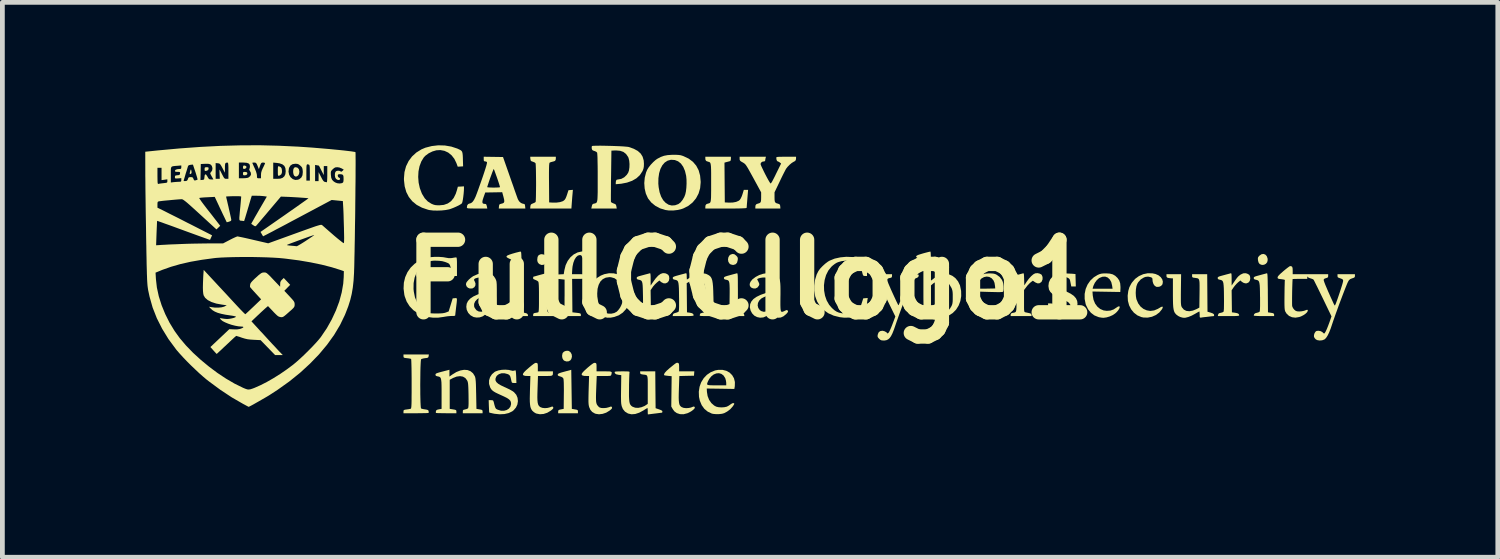
<source format=kicad_pcb>
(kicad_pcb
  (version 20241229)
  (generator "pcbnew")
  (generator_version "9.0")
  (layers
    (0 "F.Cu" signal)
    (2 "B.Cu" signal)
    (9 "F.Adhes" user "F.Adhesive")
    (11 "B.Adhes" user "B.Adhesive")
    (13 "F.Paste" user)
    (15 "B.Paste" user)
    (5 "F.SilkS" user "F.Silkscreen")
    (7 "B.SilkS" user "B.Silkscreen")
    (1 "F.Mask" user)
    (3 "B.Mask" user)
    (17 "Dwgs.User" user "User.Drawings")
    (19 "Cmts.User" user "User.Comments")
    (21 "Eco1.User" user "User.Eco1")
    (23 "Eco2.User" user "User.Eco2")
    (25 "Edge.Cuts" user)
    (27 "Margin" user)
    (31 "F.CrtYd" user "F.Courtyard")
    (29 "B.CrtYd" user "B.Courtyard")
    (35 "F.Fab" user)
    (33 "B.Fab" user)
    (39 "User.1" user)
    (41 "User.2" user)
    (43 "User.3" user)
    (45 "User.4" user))
  (footprint "FullCCIlogo1"
    (layer "F.Cu")
    (at 12.7 2.818)
    (property "Reference" "FullCCIlogo1" (at 0 0 0) (layer "F.SilkS") (effects (font (size 1.524 1.524) (thickness 0.3))))
    (attr board_only exclude_from_pos_files exclude_from_bom)
    (fp_poly (pts (xy -10.595 -2.386) (xy -10.576 -2.371) (xy -10.576 -2.351) (xy -10.591 -2.332) (xy -10.619 -2.321) (xy -10.631 -2.32) (xy -10.645 -2.331) (xy -10.648 -2.357) (xy -10.643 -2.385) (xy -10.625 -2.394)) (stroke (width 0) (type solid)) (fill yes) (layer "F.SilkS"))
    (fp_poly (pts (xy -11.738 -2.307) (xy -11.732 -2.286) (xy -11.73 -2.278) (xy -11.727 -2.242) (xy -11.735 -2.223) (xy -11.737 -2.221) (xy -11.76 -2.211) (xy -11.767 -2.221) (xy -11.764 -2.244) (xy -11.753 -2.287) (xy -11.744 -2.308)) (stroke (width 0) (type solid)) (fill yes) (layer "F.SilkS"))
    (fp_poly (pts (xy -10.572 -2.253) (xy -10.558 -2.239) (xy -10.558 -2.213) (xy -10.578 -2.193) (xy -10.613 -2.186) (xy -10.613 -2.186) (xy -10.638 -2.189) (xy -10.647 -2.204) (xy -10.648 -2.223) (xy -10.646 -2.247) (xy -10.633 -2.257) (xy -10.607 -2.259)) (stroke (width 0) (type solid)) (fill yes) (layer "F.SilkS"))
    (fp_poly (pts (xy -11.382 -2.355) (xy -11.371 -2.346) (xy -11.371 -2.324) (xy -11.371 -2.324) (xy -11.379 -2.299) (xy -11.402 -2.286) (xy -11.415 -2.282) (xy -11.442 -2.279) (xy -11.452 -2.286) (xy -11.454 -2.312) (xy -11.454 -2.316) (xy -11.452 -2.343) (xy -11.442 -2.354) (xy -11.415 -2.357) (xy -11.411 -2.357)) (stroke (width 0) (type solid)) (fill yes) (layer "F.SilkS"))
    (fp_poly (pts (xy -9.501 -2.346) (xy -9.475 -2.316) (xy -9.464 -2.27) (xy -9.464 -2.259) (xy -9.471 -2.216) (xy -9.49 -2.183) (xy -9.517 -2.164) (xy -9.546 -2.161) (xy -9.573 -2.178) (xy -9.573 -2.179) (xy -9.588 -2.21) (xy -9.595 -2.254) (xy -9.593 -2.298) (xy -9.587 -2.323) (xy -9.571 -2.349) (xy -9.544 -2.357) (xy -9.538 -2.357)) (stroke (width 0) (type solid)) (fill yes) (layer "F.SilkS"))
    (fp_poly (pts (xy -4.323 -0.521) (xy -4.287 -0.493) (xy -4.268 -0.452) (xy -4.267 -0.399) (xy -4.274 -0.372) (xy -4.298 -0.332) (xy -4.335 -0.309) (xy -4.378 -0.304) (xy -4.42 -0.32) (xy -4.439 -0.335) (xy -4.461 -0.365) (xy -4.469 -0.403) (xy -4.469 -0.419) (xy -4.462 -0.474) (xy -4.439 -0.511) (xy -4.4 -0.528) (xy -4.374 -0.531)) (stroke (width 0) (type solid)) (fill yes) (layer "F.SilkS"))
    (fp_poly (pts (xy -3.801 1.504) (xy -3.766 1.534) (xy -3.745 1.576) (xy -3.741 1.623) (xy -3.754 1.67) (xy -3.774 1.698) (xy -3.81 1.718) (xy -3.854 1.722) (xy -3.896 1.709) (xy -3.919 1.692) (xy -3.941 1.653) (xy -3.948 1.605) (xy -3.94 1.557) (xy -3.934 1.542) (xy -3.907 1.515) (xy -3.867 1.499) (xy -3.824 1.497)) (stroke (width 0) (type solid)) (fill yes) (layer "F.SilkS"))
    (fp_poly (pts (xy -0.327 -0.528) (xy -0.291 -0.5) (xy -0.268 -0.474) (xy -0.258 -0.45) (xy -0.259 -0.417) (xy -0.26 -0.406) (xy -0.274 -0.353) (xy -0.303 -0.32) (xy -0.347 -0.306) (xy -0.362 -0.305) (xy -0.409 -0.316) (xy -0.434 -0.335) (xy -0.457 -0.373) (xy -0.464 -0.419) (xy -0.456 -0.465) (xy -0.434 -0.504) (xy -0.407 -0.524) (xy -0.364 -0.536)) (stroke (width 0) (type solid)) (fill yes) (layer "F.SilkS"))
    (fp_poly (pts (xy 10.817 -0.523) (xy 10.847 -0.492) (xy 10.865 -0.445) (xy 10.868 -0.408) (xy 10.858 -0.363) (xy 10.83 -0.329) (xy 10.792 -0.309) (xy 10.748 -0.305) (xy 10.705 -0.321) (xy 10.697 -0.327) (xy 10.675 -0.359) (xy 10.664 -0.406) (xy 10.662 -0.443) (xy 10.668 -0.468) (xy 10.688 -0.493) (xy 10.695 -0.5) (xy 10.737 -0.529) (xy 10.779 -0.536)) (stroke (width 0) (type solid)) (fill yes) (layer "F.SilkS"))
    (fp_poly (pts (xy -9.888 -2.375) (xy -9.888 -2.375) (xy -9.854 -2.357) (xy -9.835 -2.327) (xy -9.829 -2.28) (xy -9.83 -2.247) (xy -9.842 -2.21) (xy -9.872 -2.186) (xy -9.888 -2.18) (xy -9.902 -2.177) (xy -9.91 -2.181) (xy -9.914 -2.196) (xy -9.916 -2.227) (xy -9.916 -2.277) (xy -9.916 -2.277) (xy -9.916 -2.328) (xy -9.914 -2.359) (xy -9.91 -2.374) (xy -9.902 -2.378)) (stroke (width 0) (type solid)) (fill yes) (layer "F.SilkS"))
    (fp_poly (pts (xy -3.743 2.717) (xy -3.679 2.728) (xy -3.641 2.735) (xy -3.622 2.744) (xy -3.615 2.758) (xy -3.615 2.774) (xy -3.615 2.809) (xy -4.03 2.809) (xy -4.03 2.774) (xy -4.027 2.753) (xy -4.016 2.74) (xy -3.99 2.732) (xy -3.972 2.728) (xy -3.914 2.717) (xy -3.911 2.416) (xy -3.91 2.322) (xy -3.911 2.239) (xy -3.912 2.17) (xy -3.915 2.119) (xy -3.918 2.089) (xy -3.919 2.083) (xy -3.936 2.06) (xy -3.966 2.043) (xy -3.987 2.037) (xy -4.022 2.025) (xy -4.037 2.013) (xy -4.039 1.997) (xy -4.034 1.985) (xy -4.02 1.975) (xy -3.992 1.963) (xy -3.947 1.949) (xy -3.895 1.935) (xy -3.755 1.897)) (stroke (width 0) (type solid)) (fill yes) (layer "F.SilkS"))
    (fp_poly (pts (xy -4.271 0.271) (xy -4.27 0.383) (xy -4.269 0.473) (xy -4.268 0.544) (xy -4.266 0.597) (xy -4.262 0.636) (xy -4.256 0.663) (xy -4.248 0.681) (xy -4.237 0.691) (xy -4.223 0.696) (xy -4.204 0.699) (xy -4.187 0.702) (xy -4.155 0.711) (xy -4.14 0.728) (xy -4.137 0.739) (xy -4.131 0.769) (xy -4.555 0.769) (xy -4.555 0.739) (xy -4.551 0.719) (xy -4.534 0.707) (xy -4.509 0.702) (xy -4.475 0.696) (xy -4.45 0.69) (xy -4.448 0.689) (xy -4.443 0.682) (xy -4.439 0.662) (xy -4.436 0.627) (xy -4.434 0.575) (xy -4.433 0.504) (xy -4.433 0.411) (xy -4.433 0.375) (xy -4.433 0.271) (xy -4.434 0.189) (xy -4.436 0.128) (xy -4.439 0.085) (xy -4.443 0.058) (xy -4.448 0.045) (xy -4.469 0.028) (xy -4.502 0.012) (xy -4.512 0.008) (xy -4.544 -0.006) (xy -4.557 -0.022) (xy -4.557 -0.032) (xy -4.552 -0.052) (xy -4.551 -0.057) (xy -4.539 -0.061) (xy -4.508 -0.069) (xy -4.463 -0.082) (xy -4.412 -0.096) (xy -4.274 -0.133)) (stroke (width 0) (type solid)) (fill yes) (layer "F.SilkS"))
    (fp_poly (pts (xy -0.267 -0.126) (xy -0.264 -0.115) (xy -0.261 -0.095) (xy -0.259 -0.064) (xy -0.258 -0.018) (xy -0.257 0.044) (xy -0.257 0.125) (xy -0.256 0.226) (xy -0.256 0.274) (xy -0.256 0.391) (xy -0.256 0.485) (xy -0.254 0.559) (xy -0.253 0.614) (xy -0.25 0.652) (xy -0.247 0.676) (xy -0.243 0.687) (xy -0.241 0.689) (xy -0.22 0.694) (xy -0.187 0.702) (xy -0.177 0.704) (xy -0.143 0.715) (xy -0.127 0.731) (xy -0.124 0.742) (xy -0.12 0.769) (xy -0.55 0.769) (xy -0.55 0.74) (xy -0.546 0.722) (xy -0.532 0.71) (xy -0.501 0.702) (xy -0.492 0.7) (xy -0.434 0.69) (xy -0.43 0.374) (xy -0.429 0.272) (xy -0.429 0.191) (xy -0.431 0.13) (xy -0.434 0.085) (xy -0.44 0.053) (xy -0.449 0.032) (xy -0.462 0.019) (xy -0.479 0.011) (xy -0.501 0.006) (xy -0.508 0.005) (xy -0.538 -0.004) (xy -0.549 -0.021) (xy -0.55 -0.03) (xy -0.547 -0.043) (xy -0.537 -0.053) (xy -0.516 -0.063) (xy -0.479 -0.075) (xy -0.424 -0.09) (xy -0.37 -0.105) (xy -0.324 -0.117) (xy -0.29 -0.126) (xy -0.278 -0.13) (xy -0.272 -0.13)) (stroke (width 0) (type solid)) (fill yes) (layer "F.SilkS"))
    (fp_poly (pts (xy 10.857 -0.128) (xy 10.861 -0.112) (xy 10.864 -0.083) (xy 10.866 -0.038) (xy 10.868 0.024) (xy 10.869 0.106) (xy 10.871 0.21) (xy 10.871 0.276) (xy 10.874 0.69) (xy 10.938 0.7) (xy 10.976 0.707) (xy 10.995 0.716) (xy 11.002 0.73) (xy 11.003 0.74) (xy 11.003 0.769) (xy 10.789 0.769) (xy 10.717 0.769) (xy 10.656 0.767) (xy 10.61 0.764) (xy 10.582 0.761) (xy 10.575 0.758) (xy 10.585 0.726) (xy 10.614 0.706) (xy 10.637 0.701) (xy 10.671 0.692) (xy 10.695 0.68) (xy 10.698 0.677) (xy 10.703 0.66) (xy 10.706 0.622) (xy 10.708 0.562) (xy 10.708 0.479) (xy 10.708 0.372) (xy 10.707 0.362) (xy 10.706 0.262) (xy 10.704 0.184) (xy 10.701 0.124) (xy 10.695 0.08) (xy 10.687 0.05) (xy 10.676 0.03) (xy 10.661 0.018) (xy 10.64 0.01) (xy 10.616 0.005) (xy 10.587 -0.004) (xy 10.576 -0.021) (xy 10.575 -0.03) (xy 10.577 -0.043) (xy 10.587 -0.053) (xy 10.607 -0.063) (xy 10.643 -0.074) (xy 10.698 -0.089) (xy 10.706 -0.091) (xy 10.761 -0.106) (xy 10.807 -0.118) (xy 10.84 -0.127) (xy 10.853 -0.131)) (stroke (width 0) (type solid)) (fill yes) (layer "F.SilkS"))
    (fp_poly (pts (xy -1.522 1.75) (xy -1.515 1.752) (xy -1.502 1.759) (xy -1.494 1.773) (xy -1.491 1.801) (xy -1.49 1.845) (xy -1.49 1.929) (xy -1.171 1.929) (xy -1.175 1.975) (xy -1.178 2.021) (xy -1.332 2.024) (xy -1.486 2.028) (xy -1.495 2.301) (xy -1.498 2.401) (xy -1.499 2.481) (xy -1.497 2.542) (xy -1.492 2.588) (xy -1.485 2.621) (xy -1.473 2.646) (xy -1.457 2.665) (xy -1.436 2.681) (xy -1.435 2.681) (xy -1.397 2.696) (xy -1.345 2.702) (xy -1.29 2.699) (xy -1.24 2.689) (xy -1.223 2.681) (xy -1.187 2.668) (xy -1.166 2.674) (xy -1.16 2.692) (xy -1.17 2.713) (xy -1.198 2.74) (xy -1.236 2.768) (xy -1.281 2.793) (xy -1.316 2.809) (xy -1.398 2.83) (xy -1.472 2.828) (xy -1.539 2.806) (xy -1.59 2.769) (xy -1.624 2.723) (xy -1.655 2.668) (xy -1.647 2.031) (xy -1.722 2.024) (xy -1.763 2.019) (xy -1.792 2.014) (xy -1.804 2.01) (xy -1.807 1.99) (xy -1.79 1.959) (xy -1.753 1.918) (xy -1.696 1.867) (xy -1.69 1.862) (xy -1.635 1.817) (xy -1.595 1.785) (xy -1.567 1.764) (xy -1.548 1.753) (xy -1.534 1.749)) (stroke (width 0) (type solid)) (fill yes) (layer "F.SilkS"))
    (fp_poly (pts (xy -4.079 -2.543) (xy -4.083 -2.509) (xy -4.099 -2.488) (xy -4.131 -2.477) (xy -4.148 -2.473) (xy -4.183 -2.464) (xy -4.208 -2.453) (xy -4.212 -2.449) (xy -4.216 -2.433) (xy -4.22 -2.394) (xy -4.222 -2.332) (xy -4.223 -2.248) (xy -4.223 -2.139) (xy -4.222 -2.026) (xy -4.219 -1.618) (xy -4.152 -1.614) (xy -4.066 -1.614) (xy -3.991 -1.624) (xy -3.933 -1.643) (xy -3.917 -1.653) (xy -3.895 -1.671) (xy -3.877 -1.697) (xy -3.86 -1.735) (xy -3.845 -1.777) (xy -3.814 -1.874) (xy -3.767 -1.878) (xy -3.721 -1.882) (xy -3.728 -1.799) (xy -3.733 -1.746) (xy -3.738 -1.682) (xy -3.743 -1.617) (xy -3.744 -1.603) (xy -3.752 -1.49) (xy -4.617 -1.49) (xy -4.614 -1.534) (xy -4.608 -1.564) (xy -4.594 -1.581) (xy -4.564 -1.595) (xy -4.562 -1.596) (xy -4.529 -1.61) (xy -4.507 -1.624) (xy -4.504 -1.627) (xy -4.501 -1.644) (xy -4.499 -1.681) (xy -4.497 -1.735) (xy -4.496 -1.803) (xy -4.495 -1.881) (xy -4.494 -1.966) (xy -4.494 -2.053) (xy -4.495 -2.14) (xy -4.496 -2.222) (xy -4.497 -2.296) (xy -4.499 -2.359) (xy -4.501 -2.406) (xy -4.504 -2.435) (xy -4.506 -2.442) (xy -4.524 -2.457) (xy -4.555 -2.47) (xy -4.563 -2.473) (xy -4.594 -2.484) (xy -4.608 -2.5) (xy -4.613 -2.529) (xy -4.614 -2.531) (xy -4.617 -2.577) (xy -4.079 -2.577)) (stroke (width 0) (type solid)) (fill yes) (layer "F.SilkS"))
    (fp_poly (pts (xy -0.403 -2.534) (xy -0.407 -2.503) (xy -0.417 -2.487) (xy -0.418 -2.486) (xy -0.439 -2.48) (xy -0.472 -2.471) (xy -0.486 -2.468) (xy -0.538 -2.453) (xy -0.531 -1.618) (xy -0.452 -1.614) (xy -0.367 -1.615) (xy -0.295 -1.628) (xy -0.24 -1.652) (xy -0.217 -1.67) (xy -0.197 -1.7) (xy -0.176 -1.744) (xy -0.159 -1.792) (xy -0.132 -1.881) (xy -0.042 -1.881) (xy -0.057 -1.7) (xy -0.062 -1.636) (xy -0.067 -1.579) (xy -0.07 -1.536) (xy -0.072 -1.51) (xy -0.073 -1.505) (xy -0.078 -1.501) (xy -0.095 -1.497) (xy -0.125 -1.495) (xy -0.17 -1.493) (xy -0.233 -1.491) (xy -0.315 -1.49) (xy -0.418 -1.49) (xy -0.507 -1.49) (xy -0.94 -1.49) (xy -0.94 -1.523) (xy -0.935 -1.56) (xy -0.916 -1.582) (xy -0.885 -1.593) (xy -0.868 -1.597) (xy -0.853 -1.602) (xy -0.842 -1.611) (xy -0.833 -1.625) (xy -0.827 -1.647) (xy -0.823 -1.68) (xy -0.82 -1.726) (xy -0.819 -1.788) (xy -0.818 -1.868) (xy -0.818 -1.969) (xy -0.818 -2.033) (xy -0.818 -2.146) (xy -0.818 -2.237) (xy -0.819 -2.308) (xy -0.821 -2.363) (xy -0.825 -2.403) (xy -0.83 -2.431) (xy -0.837 -2.449) (xy -0.847 -2.46) (xy -0.859 -2.467) (xy -0.875 -2.471) (xy -0.885 -2.474) (xy -0.92 -2.487) (xy -0.937 -2.511) (xy -0.94 -2.543) (xy -0.94 -2.577) (xy -0.403 -2.577)) (stroke (width 0) (type solid)) (fill yes) (layer "F.SilkS"))
    (fp_poly (pts (xy 8.45 -0.128) (xy 8.512 -0.115) (xy 8.574 -0.088) (xy 8.622 -0.049) (xy 8.654 -0.003) (xy 8.667 0.047) (xy 8.66 0.097) (xy 8.656 0.105) (xy 8.629 0.136) (xy 8.588 0.154) (xy 8.541 0.156) (xy 8.53 0.154) (xy 8.497 0.134) (xy 8.47 0.097) (xy 8.454 0.049) (xy 8.45 0.016) (xy 8.448 -0.017) (xy 8.439 -0.035) (xy 8.416 -0.046) (xy 8.412 -0.048) (xy 8.357 -0.06) (xy 8.304 -0.054) (xy 8.27 -0.042) (xy 8.204 -0.002) (xy 8.15 0.058) (xy 8.13 0.092) (xy 8.112 0.142) (xy 8.101 0.208) (xy 8.097 0.281) (xy 8.101 0.353) (xy 8.112 0.416) (xy 8.113 0.417) (xy 8.148 0.501) (xy 8.198 0.569) (xy 8.259 0.618) (xy 8.33 0.649) (xy 8.405 0.661) (xy 8.484 0.65) (xy 8.561 0.618) (xy 8.586 0.603) (xy 8.628 0.578) (xy 8.655 0.57) (xy 8.666 0.578) (xy 8.66 0.603) (xy 8.647 0.627) (xy 8.592 0.694) (xy 8.52 0.747) (xy 8.438 0.783) (xy 8.349 0.801) (xy 8.259 0.799) (xy 8.214 0.789) (xy 8.13 0.753) (xy 8.059 0.698) (xy 8.001 0.627) (xy 7.958 0.543) (xy 7.933 0.448) (xy 7.928 0.345) (xy 7.929 0.331) (xy 7.941 0.24) (xy 7.964 0.163) (xy 8.002 0.09) (xy 8.019 0.064) (xy 8.085 -0.013) (xy 8.165 -0.071) (xy 8.255 -0.111) (xy 8.352 -0.131)) (stroke (width 0) (type solid)) (fill yes) (layer "F.SilkS"))
    (fp_poly (pts (xy -4.816 -0.584) (xy -4.812 -0.58) (xy -4.808 -0.57) (xy -4.806 -0.552) (xy -4.804 -0.525) (xy -4.802 -0.486) (xy -4.801 -0.434) (xy -4.8 -0.367) (xy -4.8 -0.283) (xy -4.799 -0.179) (xy -4.799 -0.055) (xy -4.799 0.049) (xy -4.799 0.196) (xy -4.799 0.32) (xy -4.798 0.423) (xy -4.797 0.507) (xy -4.796 0.572) (xy -4.794 0.622) (xy -4.791 0.656) (xy -4.789 0.678) (xy -4.785 0.688) (xy -4.784 0.689) (xy -4.763 0.694) (xy -4.729 0.702) (xy -4.72 0.704) (xy -4.686 0.715) (xy -4.67 0.731) (xy -4.667 0.742) (xy -4.663 0.769) (xy -5.094 0.769) (xy -5.09 0.742) (xy -5.08 0.721) (xy -5.054 0.707) (xy -5.037 0.702) (xy -5.002 0.692) (xy -4.977 0.682) (xy -4.973 0.68) (xy -4.969 0.672) (xy -4.966 0.653) (xy -4.963 0.62) (xy -4.961 0.572) (xy -4.96 0.508) (xy -4.959 0.425) (xy -4.958 0.321) (xy -4.958 0.196) (xy -4.958 0.161) (xy -4.958 0.051) (xy -4.959 -0.052) (xy -4.96 -0.146) (xy -4.96 -0.227) (xy -4.962 -0.293) (xy -4.963 -0.341) (xy -4.964 -0.369) (xy -4.965 -0.374) (xy -4.983 -0.397) (xy -5.025 -0.422) (xy -5.045 -0.431) (xy -5.088 -0.452) (xy -5.112 -0.47) (xy -5.115 -0.486) (xy -5.097 -0.503) (xy -5.057 -0.52) (xy -4.994 -0.541) (xy -4.976 -0.546) (xy -4.921 -0.562) (xy -4.872 -0.574) (xy -4.837 -0.583) (xy -4.821 -0.585)) (stroke (width 0) (type solid)) (fill yes) (layer "F.SilkS"))
    (fp_poly (pts (xy -4.488 1.751) (xy -4.487 1.752) (xy -4.471 1.757) (xy -4.462 1.768) (xy -4.458 1.791) (xy -4.457 1.83) (xy -4.457 1.844) (xy -4.457 1.929) (xy -4.14 1.929) (xy -4.14 1.959) (xy -4.141 1.986) (xy -4.146 2.005) (xy -4.159 2.017) (xy -4.185 2.024) (xy -4.226 2.026) (xy -4.287 2.027) (xy -4.304 2.027) (xy -4.454 2.027) (xy -4.463 2.3) (xy -4.466 2.4) (xy -4.467 2.48) (xy -4.465 2.541) (xy -4.46 2.587) (xy -4.452 2.621) (xy -4.44 2.646) (xy -4.424 2.665) (xy -4.403 2.681) (xy -4.403 2.681) (xy -4.362 2.696) (xy -4.309 2.702) (xy -4.251 2.697) (xy -4.198 2.683) (xy -4.196 2.682) (xy -4.163 2.67) (xy -4.145 2.67) (xy -4.138 2.677) (xy -4.131 2.694) (xy -4.137 2.712) (xy -4.159 2.734) (xy -4.187 2.756) (xy -4.259 2.799) (xy -4.336 2.824) (xy -4.413 2.83) (xy -4.485 2.816) (xy -4.501 2.81) (xy -4.539 2.787) (xy -4.57 2.759) (xy -4.576 2.752) (xy -4.593 2.726) (xy -4.606 2.697) (xy -4.615 2.664) (xy -4.621 2.621) (xy -4.625 2.567) (xy -4.626 2.498) (xy -4.624 2.411) (xy -4.622 2.317) (xy -4.613 2.027) (xy -4.656 2.027) (xy -4.714 2.025) (xy -4.752 2.017) (xy -4.77 2.002) (xy -4.768 1.98) (xy -4.746 1.947) (xy -4.703 1.904) (xy -4.642 1.851) (xy -4.589 1.807) (xy -4.55 1.777) (xy -4.523 1.759) (xy -4.503 1.751)) (stroke (width 0) (type solid)) (fill yes) (layer "F.SilkS"))
    (fp_poly (pts (xy 7.552 -0.123) (xy 7.615 -0.107) (xy 7.667 -0.077) (xy 7.715 -0.031) (xy 7.715 -0.031) (xy 7.751 0.021) (xy 7.771 0.082) (xy 7.777 0.157) (xy 7.777 0.183) (xy 7.773 0.263) (xy 7.481 0.258) (xy 7.189 0.253) (xy 7.195 0.337) (xy 7.211 0.427) (xy 7.244 0.506) (xy 7.292 0.571) (xy 7.352 0.62) (xy 7.422 0.65) (xy 7.489 0.659) (xy 7.567 0.653) (xy 7.632 0.63) (xy 7.683 0.597) (xy 7.722 0.571) (xy 7.747 0.563) (xy 7.76 0.57) (xy 7.76 0.589) (xy 7.749 0.617) (xy 7.726 0.652) (xy 7.692 0.69) (xy 7.665 0.714) (xy 7.615 0.748) (xy 7.55 0.777) (xy 7.482 0.797) (xy 7.42 0.805) (xy 7.414 0.805) (xy 7.374 0.801) (xy 7.327 0.793) (xy 7.311 0.788) (xy 7.228 0.754) (xy 7.156 0.699) (xy 7.097 0.626) (xy 7.054 0.539) (xy 7.046 0.517) (xy 7.025 0.409) (xy 7.025 0.303) (xy 7.046 0.201) (xy 7.048 0.195) (xy 7.192 0.195) (xy 7.611 0.195) (xy 7.602 0.132) (xy 7.584 0.056) (xy 7.552 -0.001) (xy 7.508 -0.041) (xy 7.456 -0.06) (xy 7.398 -0.057) (xy 7.335 -0.032) (xy 7.326 -0.027) (xy 7.279 0.015) (xy 7.238 0.071) (xy 7.208 0.135) (xy 7.2 0.162) (xy 7.192 0.195) (xy 7.048 0.195) (xy 7.086 0.107) (xy 7.144 0.023) (xy 7.219 -0.047) (xy 7.3 -0.096) (xy 7.341 -0.113) (xy 7.38 -0.123) (xy 7.425 -0.127) (xy 7.473 -0.128)) (stroke (width 0) (type solid)) (fill yes) (layer "F.SilkS"))
    (fp_poly (pts (xy -2.862 -0.128) (xy -2.769 -0.105) (xy -2.685 -0.061) (xy -2.613 0.001) (xy -2.556 0.081) (xy -2.542 0.108) (xy -2.527 0.142) (xy -2.518 0.173) (xy -2.512 0.208) (xy -2.51 0.254) (xy -2.509 0.311) (xy -2.51 0.373) (xy -2.512 0.416) (xy -2.518 0.45) (xy -2.528 0.482) (xy -2.543 0.517) (xy -2.547 0.526) (xy -2.604 0.621) (xy -2.673 0.696) (xy -2.756 0.752) (xy -2.851 0.787) (xy -2.928 0.802) (xy -2.996 0.803) (xy -3.067 0.789) (xy -3.103 0.778) (xy -3.193 0.735) (xy -3.268 0.675) (xy -3.324 0.599) (xy -3.363 0.507) (xy -3.383 0.401) (xy -3.385 0.342) (xy -3.381 0.296) (xy -3.21 0.296) (xy -3.208 0.359) (xy -3.191 0.468) (xy -3.161 0.56) (xy -3.118 0.632) (xy -3.064 0.684) (xy -3.044 0.696) (xy -2.984 0.716) (xy -2.918 0.719) (xy -2.853 0.705) (xy -2.8 0.677) (xy -2.768 0.644) (xy -2.736 0.6) (xy -2.717 0.567) (xy -2.7 0.531) (xy -2.689 0.501) (xy -2.684 0.467) (xy -2.681 0.424) (xy -2.681 0.372) (xy -2.689 0.255) (xy -2.71 0.156) (xy -2.744 0.075) (xy -2.791 0.014) (xy -2.85 -0.027) (xy -2.921 -0.047) (xy -2.957 -0.049) (xy -3.031 -0.038) (xy -3.094 -0.006) (xy -3.144 0.044) (xy -3.18 0.113) (xy -3.203 0.197) (xy -3.21 0.296) (xy -3.381 0.296) (xy -3.375 0.232) (xy -3.344 0.133) (xy -3.292 0.046) (xy -3.223 -0.026) (xy -3.136 -0.081) (xy -3.061 -0.111) (xy -2.96 -0.131)) (stroke (width 0) (type solid)) (fill yes) (layer "F.SilkS"))
    (fp_poly (pts (xy -6.75 1.61) (xy -6.755 1.631) (xy -6.767 1.642) (xy -6.791 1.649) (xy -6.822 1.652) (xy -6.863 1.659) (xy -6.895 1.668) (xy -6.906 1.674) (xy -6.911 1.689) (xy -6.915 1.726) (xy -6.918 1.781) (xy -6.921 1.851) (xy -6.923 1.932) (xy -6.924 2.023) (xy -6.925 2.118) (xy -6.926 2.216) (xy -6.925 2.314) (xy -6.925 2.407) (xy -6.923 2.493) (xy -6.921 2.569) (xy -6.918 2.631) (xy -6.915 2.677) (xy -6.911 2.703) (xy -6.909 2.708) (xy -6.889 2.716) (xy -6.853 2.724) (xy -6.824 2.728) (xy -6.785 2.735) (xy -6.763 2.743) (xy -6.753 2.756) (xy -6.75 2.766) (xy -6.748 2.791) (xy -6.751 2.802) (xy -6.764 2.804) (xy -6.799 2.806) (xy -6.85 2.807) (xy -6.915 2.808) (xy -6.99 2.809) (xy -7.018 2.809) (xy -7.278 2.809) (xy -7.278 2.773) (xy -7.276 2.752) (xy -7.267 2.741) (xy -7.244 2.734) (xy -7.214 2.73) (xy -7.173 2.724) (xy -7.14 2.718) (xy -7.128 2.715) (xy -7.123 2.713) (xy -7.119 2.706) (xy -7.116 2.693) (xy -7.113 2.673) (xy -7.111 2.642) (xy -7.109 2.598) (xy -7.108 2.54) (xy -7.108 2.465) (xy -7.107 2.37) (xy -7.107 2.255) (xy -7.107 2.192) (xy -7.107 2.073) (xy -7.108 1.966) (xy -7.109 1.872) (xy -7.111 1.793) (xy -7.113 1.731) (xy -7.115 1.689) (xy -7.118 1.669) (xy -7.118 1.668) (xy -7.136 1.663) (xy -7.169 1.657) (xy -7.204 1.653) (xy -7.245 1.648) (xy -7.267 1.642) (xy -7.276 1.631) (xy -7.278 1.613) (xy -7.278 1.61) (xy -7.278 1.575) (xy -6.745 1.575)) (stroke (width 0) (type solid)) (fill yes) (layer "F.SilkS"))
    (fp_poly (pts (xy -3.254 1.751) (xy -3.238 1.757) (xy -3.229 1.768) (xy -3.225 1.79) (xy -3.224 1.829) (xy -3.224 1.844) (xy -3.224 1.929) (xy -3.065 1.929) (xy -2.998 1.93) (xy -2.952 1.931) (xy -2.923 1.936) (xy -2.909 1.945) (xy -2.905 1.96) (xy -2.91 1.983) (xy -2.914 2) (xy -2.918 2.011) (xy -2.926 2.019) (xy -2.942 2.024) (xy -2.971 2.026) (xy -3.016 2.027) (xy -3.071 2.027) (xy -3.22 2.027) (xy -3.228 2.219) (xy -3.232 2.326) (xy -3.235 2.411) (xy -3.236 2.477) (xy -3.235 2.528) (xy -3.233 2.566) (xy -3.228 2.594) (xy -3.221 2.616) (xy -3.213 2.633) (xy -3.212 2.634) (xy -3.189 2.664) (xy -3.163 2.686) (xy -3.161 2.688) (xy -3.122 2.699) (xy -3.071 2.701) (xy -3.016 2.696) (xy -2.966 2.683) (xy -2.962 2.682) (xy -2.93 2.67) (xy -2.912 2.67) (xy -2.904 2.677) (xy -2.898 2.694) (xy -2.904 2.712) (xy -2.926 2.734) (xy -2.954 2.756) (xy -3.022 2.797) (xy -3.097 2.822) (xy -3.172 2.831) (xy -3.24 2.821) (xy -3.26 2.814) (xy -3.315 2.782) (xy -3.353 2.738) (xy -3.378 2.682) (xy -3.384 2.66) (xy -3.389 2.636) (xy -3.392 2.605) (xy -3.394 2.565) (xy -3.394 2.512) (xy -3.393 2.443) (xy -3.391 2.354) (xy -3.39 2.324) (xy -3.381 2.027) (xy -3.423 2.027) (xy -3.481 2.025) (xy -3.518 2.017) (xy -3.536 2.002) (xy -3.534 1.979) (xy -3.512 1.947) (xy -3.469 1.904) (xy -3.41 1.851) (xy -3.357 1.807) (xy -3.318 1.777) (xy -3.291 1.759) (xy -3.271 1.751) (xy -3.256 1.751)) (stroke (width 0) (type solid)) (fill yes) (layer "F.SilkS"))
    (fp_poly (pts (xy -0.499 1.918) (xy -0.43 1.956) (xy -0.376 2.01) (xy -0.338 2.076) (xy -0.319 2.154) (xy -0.321 2.239) (xy -0.323 2.254) (xy -0.331 2.299) (xy -0.621 2.294) (xy -0.91 2.29) (xy -0.906 2.362) (xy -0.892 2.448) (xy -0.861 2.527) (xy -0.814 2.595) (xy -0.755 2.647) (xy -0.713 2.67) (xy -0.665 2.682) (xy -0.605 2.686) (xy -0.545 2.683) (xy -0.493 2.672) (xy -0.485 2.669) (xy -0.446 2.648) (xy -0.408 2.621) (xy -0.406 2.62) (xy -0.375 2.6) (xy -0.351 2.596) (xy -0.349 2.596) (xy -0.336 2.602) (xy -0.332 2.611) (xy -0.339 2.627) (xy -0.358 2.656) (xy -0.367 2.669) (xy -0.416 2.724) (xy -0.482 2.774) (xy -0.543 2.807) (xy -0.589 2.82) (xy -0.649 2.827) (xy -0.713 2.828) (xy -0.771 2.823) (xy -0.804 2.816) (xy -0.89 2.775) (xy -0.961 2.716) (xy -1.016 2.64) (xy -1.055 2.547) (xy -1.073 2.465) (xy -1.077 2.356) (xy -1.061 2.253) (xy -1.039 2.191) (xy -0.903 2.191) (xy -0.9 2.206) (xy -0.886 2.215) (xy -0.857 2.22) (xy -0.811 2.222) (xy -0.745 2.223) (xy -0.702 2.223) (xy -0.501 2.223) (xy -0.501 2.171) (xy -0.507 2.125) (xy -0.52 2.078) (xy -0.525 2.067) (xy -0.559 2.015) (xy -0.604 1.982) (xy -0.655 1.968) (xy -0.71 1.973) (xy -0.764 1.995) (xy -0.815 2.035) (xy -0.859 2.09) (xy -0.885 2.14) (xy -0.897 2.17) (xy -0.903 2.191) (xy -1.039 2.191) (xy -1.026 2.157) (xy -0.974 2.073) (xy -0.907 2.002) (xy -0.826 1.947) (xy -0.734 1.91) (xy -0.669 1.898) (xy -0.579 1.898)) (stroke (width 0) (type solid)) (fill yes) (layer "F.SilkS"))
    (fp_poly (pts (xy -1.782 -0.13) (xy -1.747 -0.116) (xy -1.718 -0.096) (xy -1.702 -0.068) (xy -1.697 -0.025) (xy -1.697 -0.017) (xy -1.707 0.03) (xy -1.734 0.063) (xy -1.771 0.081) (xy -1.815 0.081) (xy -1.859 0.06) (xy -1.868 0.054) (xy -1.905 0.022) (xy -1.959 0.066) (xy -1.998 0.103) (xy -2.037 0.148) (xy -2.05 0.167) (xy -2.089 0.225) (xy -2.082 0.69) (xy -2.016 0.699) (xy -1.979 0.705) (xy -1.954 0.71) (xy -1.947 0.712) (xy -1.942 0.724) (xy -1.936 0.742) (xy -1.928 0.769) (xy -2.156 0.769) (xy -2.236 0.769) (xy -2.295 0.768) (xy -2.335 0.767) (xy -2.361 0.764) (xy -2.374 0.76) (xy -2.377 0.754) (xy -2.376 0.75) (xy -2.37 0.727) (xy -2.369 0.72) (xy -2.358 0.711) (xy -2.331 0.703) (xy -2.32 0.701) (xy -2.286 0.692) (xy -2.262 0.68) (xy -2.259 0.677) (xy -2.254 0.659) (xy -2.251 0.619) (xy -2.249 0.556) (xy -2.248 0.469) (xy -2.249 0.362) (xy -2.251 0.262) (xy -2.253 0.184) (xy -2.256 0.124) (xy -2.261 0.08) (xy -2.269 0.05) (xy -2.28 0.03) (xy -2.296 0.018) (xy -2.316 0.01) (xy -2.34 0.005) (xy -2.369 -0.004) (xy -2.38 -0.021) (xy -2.381 -0.03) (xy -2.379 -0.043) (xy -2.37 -0.053) (xy -2.349 -0.063) (xy -2.313 -0.074) (xy -2.258 -0.089) (xy -2.25 -0.091) (xy -2.195 -0.106) (xy -2.149 -0.118) (xy -2.116 -0.127) (xy -2.103 -0.131) (xy -2.096 -0.128) (xy -2.092 -0.11) (xy -2.089 -0.073) (xy -2.088 -0.016) (xy -2.088 -0.005) (xy -2.088 0.128) (xy -2.043 0.061) (xy -1.984 -0.021) (xy -1.93 -0.08) (xy -1.879 -0.117) (xy -1.831 -0.133)) (stroke (width 0) (type solid)) (fill yes) (layer "F.SilkS"))
    (fp_poly (pts (xy -1.545 -2.617) (xy -1.496 -2.614) (xy -1.456 -2.608) (xy -1.42 -2.597) (xy -1.398 -2.589) (xy -1.289 -2.537) (xy -1.2 -2.47) (xy -1.131 -2.389) (xy -1.081 -2.294) (xy -1.05 -2.183) (xy -1.038 -2.057) (xy -1.038 -2.036) (xy -1.049 -1.916) (xy -1.082 -1.804) (xy -1.135 -1.704) (xy -1.207 -1.617) (xy -1.296 -1.546) (xy -1.401 -1.492) (xy -1.435 -1.48) (xy -1.521 -1.459) (xy -1.616 -1.448) (xy -1.71 -1.449) (xy -1.78 -1.459) (xy -1.891 -1.494) (xy -1.99 -1.547) (xy -2.073 -1.614) (xy -2.138 -1.695) (xy -2.146 -1.708) (xy -2.189 -1.803) (xy -2.214 -1.91) (xy -2.221 -2.012) (xy -1.927 -2.012) (xy -1.92 -1.936) (xy -1.9 -1.83) (xy -1.868 -1.739) (xy -1.825 -1.664) (xy -1.772 -1.608) (xy -1.712 -1.57) (xy -1.646 -1.553) (xy -1.575 -1.558) (xy -1.506 -1.583) (xy -1.461 -1.617) (xy -1.419 -1.669) (xy -1.382 -1.732) (xy -1.361 -1.787) (xy -1.347 -1.85) (xy -1.338 -1.928) (xy -1.334 -2.013) (xy -1.335 -2.097) (xy -1.342 -2.171) (xy -1.342 -2.173) (xy -1.367 -2.278) (xy -1.404 -2.365) (xy -1.452 -2.433) (xy -1.512 -2.481) (xy -1.581 -2.508) (xy -1.658 -2.513) (xy -1.663 -2.513) (xy -1.733 -2.494) (xy -1.793 -2.455) (xy -1.843 -2.397) (xy -1.883 -2.321) (xy -1.91 -2.231) (xy -1.925 -2.127) (xy -1.927 -2.012) (xy -2.221 -2.012) (xy -2.222 -2.023) (xy -2.212 -2.137) (xy -2.185 -2.245) (xy -2.161 -2.303) (xy -2.131 -2.352) (xy -2.087 -2.408) (xy -2.036 -2.462) (xy -1.985 -2.508) (xy -1.948 -2.534) (xy -1.876 -2.572) (xy -1.807 -2.597) (xy -1.732 -2.611) (xy -1.644 -2.617) (xy -1.612 -2.618)) (stroke (width 0) (type solid)) (fill yes) (layer "F.SilkS"))
    (fp_poly (pts (xy 10.452 -0.116) (xy 10.482 -0.096) (xy 10.497 -0.068) (xy 10.502 -0.025) (xy 10.502 -0.017) (xy 10.492 0.03) (xy 10.465 0.064) (xy 10.426 0.081) (xy 10.395 0.081) (xy 10.357 0.069) (xy 10.324 0.048) (xy 10.324 0.048) (xy 10.296 0.021) (xy 10.248 0.059) (xy 10.214 0.091) (xy 10.177 0.133) (xy 10.155 0.162) (xy 10.111 0.227) (xy 10.114 0.458) (xy 10.117 0.69) (xy 10.184 0.699) (xy 10.231 0.709) (xy 10.259 0.724) (xy 10.269 0.747) (xy 10.27 0.754) (xy 10.264 0.76) (xy 10.245 0.764) (xy 10.21 0.767) (xy 10.156 0.769) (xy 10.082 0.769) (xy 10.046 0.769) (xy 9.821 0.769) (xy 9.827 0.739) (xy 9.837 0.717) (xy 9.858 0.705) (xy 9.88 0.701) (xy 9.914 0.692) (xy 9.938 0.68) (xy 9.941 0.677) (xy 9.945 0.659) (xy 9.949 0.616) (xy 9.95 0.548) (xy 9.951 0.457) (xy 9.95 0.363) (xy 9.949 0.262) (xy 9.947 0.184) (xy 9.943 0.124) (xy 9.938 0.08) (xy 9.93 0.05) (xy 9.919 0.03) (xy 9.904 0.018) (xy 9.883 0.01) (xy 9.859 0.005) (xy 9.83 -0.004) (xy 9.819 -0.021) (xy 9.818 -0.03) (xy 9.82 -0.043) (xy 9.83 -0.053) (xy 9.85 -0.063) (xy 9.886 -0.074) (xy 9.941 -0.089) (xy 9.949 -0.091) (xy 10.004 -0.106) (xy 10.05 -0.118) (xy 10.083 -0.127) (xy 10.096 -0.131) (xy 10.103 -0.128) (xy 10.108 -0.11) (xy 10.11 -0.073) (xy 10.111 -0.016) (xy 10.111 -0.004) (xy 10.111 0.128) (xy 10.157 0.06) (xy 10.196 0.004) (xy 10.226 -0.036) (xy 10.253 -0.066) (xy 10.281 -0.089) (xy 10.3 -0.103) (xy 10.356 -0.129) (xy 10.41 -0.131)) (stroke (width 0) (type solid)) (fill yes) (layer "F.SilkS"))
    (fp_poly (pts (xy -3.425 -0.583) (xy -3.368 -0.561) (xy -3.331 -0.524) (xy -3.315 -0.481) (xy -3.317 -0.439) (xy -3.339 -0.404) (xy -3.376 -0.383) (xy -3.406 -0.379) (xy -3.456 -0.39) (xy -3.497 -0.423) (xy -3.525 -0.472) (xy -3.541 -0.501) (xy -3.562 -0.512) (xy -3.576 -0.513) (xy -3.617 -0.501) (xy -3.654 -0.468) (xy -3.686 -0.417) (xy -3.711 -0.351) (xy -3.728 -0.274) (xy -3.734 -0.217) (xy -3.74 -0.11) (xy -3.603 -0.11) (xy -3.543 -0.11) (xy -3.504 -0.109) (xy -3.482 -0.106) (xy -3.472 -0.101) (xy -3.47 -0.092) (xy -3.473 -0.082) (xy -3.479 -0.051) (xy -3.48 -0.034) (xy -3.483 -0.024) (xy -3.493 -0.018) (xy -3.515 -0.014) (xy -3.553 -0.013) (xy -3.609 -0.012) (xy -3.737 -0.012) (xy -3.734 0.339) (xy -3.731 0.69) (xy -3.642 0.7) (xy -3.596 0.706) (xy -3.57 0.712) (xy -3.557 0.721) (xy -3.554 0.734) (xy -3.554 0.74) (xy -3.554 0.769) (xy -3.793 0.769) (xy -3.875 0.769) (xy -3.936 0.768) (xy -3.979 0.767) (xy -4.006 0.764) (xy -4.021 0.761) (xy -4.026 0.755) (xy -4.025 0.75) (xy -4.018 0.727) (xy -4.018 0.72) (xy -4.007 0.711) (xy -3.98 0.703) (xy -3.972 0.701) (xy -3.938 0.693) (xy -3.913 0.682) (xy -3.911 0.681) (xy -3.906 0.671) (xy -3.902 0.648) (xy -3.899 0.609) (xy -3.897 0.554) (xy -3.896 0.479) (xy -3.896 0.383) (xy -3.895 0.336) (xy -3.895 0.003) (xy -3.976 -0.006) (xy -4.056 -0.014) (xy -4.048 -0.104) (xy -3.913 -0.111) (xy -3.899 -0.197) (xy -3.873 -0.3) (xy -3.83 -0.39) (xy -3.772 -0.467) (xy -3.702 -0.527) (xy -3.622 -0.568) (xy -3.533 -0.588) (xy -3.5 -0.59)) (stroke (width 0) (type solid)) (fill yes) (layer "F.SilkS"))
    (fp_poly (pts (xy 6.08 -0.123) (xy 6.115 -0.104) (xy 6.124 -0.094) (xy 6.141 -0.052) (xy 6.141 -0.003) (xy 6.124 0.041) (xy 6.112 0.056) (xy 6.076 0.08) (xy 6.036 0.082) (xy 5.989 0.062) (xy 5.98 0.056) (xy 5.937 0.026) (xy 5.893 0.059) (xy 5.862 0.087) (xy 5.826 0.125) (xy 5.801 0.157) (xy 5.752 0.222) (xy 5.752 0.453) (xy 5.752 0.533) (xy 5.752 0.592) (xy 5.753 0.634) (xy 5.756 0.661) (xy 5.76 0.676) (xy 5.766 0.684) (xy 5.774 0.688) (xy 5.779 0.689) (xy 5.835 0.701) (xy 5.871 0.709) (xy 5.892 0.717) (xy 5.903 0.725) (xy 5.907 0.736) (xy 5.908 0.742) (xy 5.912 0.769) (xy 5.471 0.769) (xy 5.471 0.74) (xy 5.476 0.718) (xy 5.496 0.706) (xy 5.51 0.702) (xy 5.536 0.698) (xy 5.556 0.693) (xy 5.57 0.686) (xy 5.581 0.674) (xy 5.587 0.653) (xy 5.591 0.62) (xy 5.593 0.573) (xy 5.593 0.509) (xy 5.593 0.425) (xy 5.593 0.384) (xy 5.592 0.273) (xy 5.591 0.185) (xy 5.588 0.12) (xy 5.583 0.076) (xy 5.578 0.055) (xy 5.556 0.028) (xy 5.516 0.01) (xy 5.511 0.009) (xy 5.477 -0.003) (xy 5.461 -0.017) (xy 5.459 -0.032) (xy 5.461 -0.044) (xy 5.471 -0.054) (xy 5.493 -0.064) (xy 5.531 -0.076) (xy 5.585 -0.09) (xy 5.639 -0.103) (xy 5.685 -0.116) (xy 5.719 -0.125) (xy 5.731 -0.129) (xy 5.74 -0.13) (xy 5.746 -0.122) (xy 5.75 -0.101) (xy 5.752 -0.063) (xy 5.754 -0.006) (xy 5.758 0.124) (xy 5.809 0.045) (xy 5.854 -0.016) (xy 5.901 -0.068) (xy 5.946 -0.107) (xy 5.985 -0.128) (xy 5.99 -0.129) (xy 6.035 -0.133)) (stroke (width 0) (type solid)) (fill yes) (layer "F.SilkS"))
    (fp_poly (pts (xy -6.408 -2.813) (xy -6.274 -2.79) (xy -6.149 -2.749) (xy -6.106 -2.729) (xy -6.079 -2.715) (xy -6.06 -2.7) (xy -6.047 -2.681) (xy -6.039 -2.653) (xy -6.034 -2.612) (xy -6.031 -2.554) (xy -6.03 -2.503) (xy -6.026 -2.375) (xy -6.139 -2.368) (xy -6.166 -2.442) (xy -6.21 -2.533) (xy -6.268 -2.607) (xy -6.338 -2.664) (xy -6.418 -2.701) (xy -6.505 -2.717) (xy -6.588 -2.712) (xy -6.67 -2.688) (xy -6.749 -2.649) (xy -6.817 -2.599) (xy -6.852 -2.562) (xy -6.904 -2.477) (xy -6.941 -2.378) (xy -6.963 -2.268) (xy -6.969 -2.152) (xy -6.96 -2.033) (xy -6.935 -1.918) (xy -6.894 -1.809) (xy -6.886 -1.793) (xy -6.832 -1.705) (xy -6.768 -1.638) (xy -6.694 -1.591) (xy -6.652 -1.573) (xy -6.613 -1.562) (xy -6.568 -1.558) (xy -6.527 -1.557) (xy -6.431 -1.566) (xy -6.349 -1.595) (xy -6.28 -1.643) (xy -6.224 -1.711) (xy -6.18 -1.8) (xy -6.156 -1.874) (xy -6.136 -1.948) (xy -6.072 -1.951) (xy -6.008 -1.955) (xy -6.008 -1.913) (xy -6.01 -1.86) (xy -6.015 -1.8) (xy -6.022 -1.739) (xy -6.03 -1.682) (xy -6.039 -1.636) (xy -6.048 -1.605) (xy -6.052 -1.598) (xy -6.077 -1.579) (xy -6.118 -1.555) (xy -6.17 -1.53) (xy -6.227 -1.505) (xy -6.282 -1.484) (xy -6.319 -1.472) (xy -6.392 -1.458) (xy -6.477 -1.449) (xy -6.568 -1.446) (xy -6.655 -1.448) (xy -6.731 -1.457) (xy -6.759 -1.463) (xy -6.889 -1.507) (xy -7 -1.566) (xy -7.092 -1.641) (xy -7.165 -1.731) (xy -7.219 -1.836) (xy -7.253 -1.956) (xy -7.268 -2.09) (xy -7.268 -2.124) (xy -7.257 -2.255) (xy -7.224 -2.377) (xy -7.17 -2.487) (xy -7.097 -2.584) (xy -7.007 -2.666) (xy -6.9 -2.732) (xy -6.817 -2.767) (xy -6.685 -2.801) (xy -6.547 -2.817)) (stroke (width 0) (type solid)) (fill yes) (layer "F.SilkS"))
    (fp_poly (pts (xy 5.078 -0.126) (xy 5.12 -0.121) (xy 5.153 -0.111) (xy 5.172 -0.102) (xy 5.24 -0.053) (xy 5.288 0.009) (xy 5.305 0.048) (xy 5.316 0.089) (xy 5.322 0.139) (xy 5.324 0.189) (xy 5.321 0.23) (xy 5.314 0.254) (xy 5.306 0.26) (xy 5.289 0.263) (xy 5.26 0.265) (xy 5.217 0.266) (xy 5.156 0.265) (xy 5.075 0.263) (xy 5.021 0.262) (xy 4.738 0.253) (xy 4.738 0.313) (xy 4.748 0.404) (xy 4.776 0.485) (xy 4.82 0.554) (xy 4.877 0.608) (xy 4.945 0.643) (xy 5.022 0.659) (xy 5.037 0.659) (xy 5.112 0.65) (xy 5.182 0.627) (xy 5.239 0.591) (xy 5.246 0.585) (xy 5.273 0.569) (xy 5.292 0.569) (xy 5.307 0.577) (xy 5.31 0.588) (xy 5.3 0.608) (xy 5.277 0.642) (xy 5.274 0.645) (xy 5.21 0.713) (xy 5.132 0.762) (xy 5.044 0.793) (xy 4.951 0.803) (xy 4.869 0.793) (xy 4.782 0.76) (xy 4.706 0.706) (xy 4.644 0.633) (xy 4.607 0.568) (xy 4.592 0.533) (xy 4.582 0.502) (xy 4.576 0.468) (xy 4.574 0.423) (xy 4.574 0.362) (xy 4.574 0.36) (xy 4.577 0.268) (xy 4.59 0.193) (xy 4.593 0.185) (xy 4.738 0.185) (xy 4.75 0.189) (xy 4.782 0.191) (xy 4.831 0.193) (xy 4.894 0.193) (xy 4.943 0.193) (xy 5.147 0.189) (xy 5.143 0.14) (xy 5.132 0.071) (xy 5.11 0.019) (xy 5.073 -0.024) (xy 5.023 -0.053) (xy 4.968 -0.061) (xy 4.912 -0.05) (xy 4.858 -0.02) (xy 4.81 0.026) (xy 4.771 0.086) (xy 4.757 0.121) (xy 4.745 0.155) (xy 4.739 0.18) (xy 4.738 0.185) (xy 4.593 0.185) (xy 4.613 0.129) (xy 4.649 0.069) (xy 4.696 0.014) (xy 4.768 -0.053) (xy 4.844 -0.097) (xy 4.929 -0.121) (xy 5.019 -0.128)) (stroke (width 0) (type solid)) (fill yes) (layer "F.SilkS"))
    (fp_poly (pts (xy 9.046 0.217) (xy 9.045 0.315) (xy 9.045 0.392) (xy 9.045 0.451) (xy 9.046 0.494) (xy 9.049 0.526) (xy 9.052 0.549) (xy 9.057 0.565) (xy 9.064 0.58) (xy 9.067 0.586) (xy 9.107 0.633) (xy 9.16 0.66) (xy 9.224 0.667) (xy 9.296 0.654) (xy 9.366 0.626) (xy 9.433 0.591) (xy 9.437 0.297) (xy 9.438 0.201) (xy 9.438 0.126) (xy 9.437 0.07) (xy 9.433 0.03) (xy 9.426 0.003) (xy 9.415 -0.014) (xy 9.4 -0.023) (xy 9.378 -0.028) (xy 9.351 -0.032) (xy 9.343 -0.033) (xy 9.306 -0.038) (xy 9.288 -0.046) (xy 9.281 -0.06) (xy 9.281 -0.075) (xy 9.281 -0.11) (xy 9.598 -0.11) (xy 9.601 0.283) (xy 9.604 0.677) (xy 9.672 0.697) (xy 9.713 0.712) (xy 9.735 0.727) (xy 9.743 0.743) (xy 9.742 0.764) (xy 9.736 0.769) (xy 9.718 0.771) (xy 9.683 0.774) (xy 9.636 0.78) (xy 9.585 0.786) (xy 9.536 0.791) (xy 9.496 0.796) (xy 9.473 0.8) (xy 9.454 0.802) (xy 9.444 0.796) (xy 9.44 0.777) (xy 9.44 0.739) (xy 9.44 0.738) (xy 9.438 0.702) (xy 9.436 0.678) (xy 9.433 0.672) (xy 9.42 0.678) (xy 9.392 0.693) (xy 9.354 0.715) (xy 9.344 0.721) (xy 9.273 0.759) (xy 9.204 0.787) (xy 9.143 0.803) (xy 9.111 0.805) (xy 9.078 0.801) (xy 9.039 0.79) (xy 9.032 0.788) (xy 8.991 0.768) (xy 8.954 0.741) (xy 8.95 0.738) (xy 8.93 0.716) (xy 8.913 0.692) (xy 8.901 0.663) (xy 8.892 0.626) (xy 8.885 0.578) (xy 8.881 0.516) (xy 8.879 0.437) (xy 8.878 0.338) (xy 8.878 0.285) (xy 8.878 -0.024) (xy 8.849 -0.024) (xy 8.815 -0.027) (xy 8.782 -0.032) (xy 8.755 -0.041) (xy 8.744 -0.059) (xy 8.743 -0.075) (xy 8.743 -0.11) (xy 9.05 -0.11)) (stroke (width 0) (type solid)) (fill yes) (layer "F.SilkS"))
    (fp_poly (pts (xy 6.582 -0.127) (xy 6.642 -0.126) (xy 6.703 -0.123) (xy 6.752 -0.121) (xy 6.765 -0.12) (xy 6.832 -0.114) (xy 6.839 0.147) (xy 6.744 0.147) (xy 6.728 0.067) (xy 6.719 0.023) (xy 6.709 -0.004) (xy 6.694 -0.021) (xy 6.67 -0.035) (xy 6.667 -0.037) (xy 6.608 -0.058) (xy 6.551 -0.062) (xy 6.499 -0.051) (xy 6.455 -0.028) (xy 6.423 0.004) (xy 6.406 0.045) (xy 6.409 0.092) (xy 6.417 0.114) (xy 6.429 0.135) (xy 6.448 0.154) (xy 6.475 0.174) (xy 6.515 0.196) (xy 6.57 0.223) (xy 6.644 0.255) (xy 6.732 0.299) (xy 6.798 0.345) (xy 6.842 0.395) (xy 6.868 0.451) (xy 6.875 0.511) (xy 6.863 0.592) (xy 6.83 0.663) (xy 6.778 0.723) (xy 6.707 0.767) (xy 6.702 0.769) (xy 6.639 0.788) (xy 6.562 0.799) (xy 6.479 0.802) (xy 6.4 0.795) (xy 6.391 0.793) (xy 6.335 0.783) (xy 6.299 0.772) (xy 6.277 0.756) (xy 6.268 0.731) (xy 6.265 0.692) (xy 6.264 0.657) (xy 6.263 0.606) (xy 6.261 0.561) (xy 6.258 0.531) (xy 6.257 0.527) (xy 6.254 0.51) (xy 6.261 0.502) (xy 6.285 0.502) (xy 6.302 0.503) (xy 6.355 0.507) (xy 6.378 0.595) (xy 6.391 0.64) (xy 6.403 0.668) (xy 6.417 0.685) (xy 6.44 0.698) (xy 6.461 0.707) (xy 6.519 0.727) (xy 6.569 0.73) (xy 6.619 0.716) (xy 6.644 0.705) (xy 6.694 0.669) (xy 6.724 0.626) (xy 6.735 0.578) (xy 6.724 0.531) (xy 6.692 0.488) (xy 6.669 0.47) (xy 6.638 0.453) (xy 6.592 0.431) (xy 6.538 0.407) (xy 6.512 0.397) (xy 6.423 0.355) (xy 6.352 0.309) (xy 6.303 0.26) (xy 6.276 0.212) (xy 6.264 0.137) (xy 6.273 0.064) (xy 6.303 -0.004) (xy 6.352 -0.061) (xy 6.405 -0.097) (xy 6.437 -0.112) (xy 6.467 -0.121) (xy 6.503 -0.126) (xy 6.552 -0.127)) (stroke (width 0) (type solid)) (fill yes) (layer "F.SilkS"))
    (fp_poly (pts (xy 0.325 -2.549) (xy 0.319 -2.517) (xy 0.318 -2.5) (xy 0.308 -2.482) (xy 0.292 -2.479) (xy 0.252 -2.471) (xy 0.227 -2.448) (xy 0.22 -2.423) (xy 0.225 -2.405) (xy 0.24 -2.369) (xy 0.263 -2.321) (xy 0.29 -2.265) (xy 0.32 -2.205) (xy 0.351 -2.146) (xy 0.38 -2.093) (xy 0.406 -2.049) (xy 0.422 -2.023) (xy 0.428 -2.017) (xy 0.436 -2.019) (xy 0.447 -2.032) (xy 0.463 -2.057) (xy 0.484 -2.097) (xy 0.514 -2.155) (xy 0.544 -2.217) (xy 0.651 -2.434) (xy 0.623 -2.457) (xy 0.598 -2.473) (xy 0.58 -2.479) (xy 0.565 -2.49) (xy 0.554 -2.518) (xy 0.55 -2.555) (xy 0.551 -2.563) (xy 0.559 -2.569) (xy 0.576 -2.573) (xy 0.606 -2.575) (xy 0.652 -2.576) (xy 0.717 -2.577) (xy 0.757 -2.577) (xy 0.965 -2.577) (xy 0.965 -2.543) (xy 0.96 -2.508) (xy 0.943 -2.486) (xy 0.913 -2.47) (xy 0.874 -2.446) (xy 0.829 -2.408) (xy 0.786 -2.364) (xy 0.754 -2.322) (xy 0.741 -2.297) (xy 0.719 -2.255) (xy 0.69 -2.198) (xy 0.658 -2.133) (xy 0.624 -2.062) (xy 0.62 -2.053) (xy 0.513 -1.83) (xy 0.513 -1.728) (xy 0.514 -1.673) (xy 0.519 -1.637) (xy 0.531 -1.615) (xy 0.552 -1.601) (xy 0.586 -1.591) (xy 0.586 -1.591) (xy 0.615 -1.581) (xy 0.628 -1.563) (xy 0.633 -1.535) (xy 0.636 -1.49) (xy 0.11 -1.49) (xy 0.11 -1.523) (xy 0.115 -1.56) (xy 0.134 -1.582) (xy 0.165 -1.593) (xy 0.196 -1.602) (xy 0.216 -1.616) (xy 0.227 -1.64) (xy 0.231 -1.677) (xy 0.232 -1.728) (xy 0.232 -1.829) (xy 0.07 -2.127) (xy 0.022 -2.214) (xy -0.016 -2.283) (xy -0.046 -2.336) (xy -0.07 -2.375) (xy -0.089 -2.403) (xy -0.105 -2.422) (xy -0.121 -2.436) (xy -0.137 -2.447) (xy -0.155 -2.458) (xy -0.156 -2.458) (xy -0.192 -2.479) (xy -0.211 -2.496) (xy -0.219 -2.515) (xy -0.22 -2.535) (xy -0.22 -2.577) (xy 0.333 -2.577)) (stroke (width 0) (type solid)) (fill yes) (layer "F.SilkS"))
    (fp_poly (pts (xy -6.313 2.039) (xy -6.254 1.997) (xy -6.168 1.944) (xy -6.084 1.911) (xy -6.005 1.897) (xy -5.933 1.902) (xy -5.87 1.927) (xy -5.818 1.97) (xy -5.781 2.03) (xy -5.774 2.049) (xy -5.768 2.073) (xy -5.764 2.104) (xy -5.76 2.146) (xy -5.757 2.202) (xy -5.755 2.275) (xy -5.753 2.368) (xy -5.752 2.4) (xy -5.746 2.717) (xy -5.681 2.728) (xy -5.644 2.735) (xy -5.625 2.744) (xy -5.618 2.758) (xy -5.617 2.774) (xy -5.617 2.809) (xy -6.032 2.809) (xy -6.032 2.773) (xy -6.03 2.75) (xy -6.017 2.737) (xy -5.987 2.73) (xy -5.984 2.729) (xy -5.95 2.72) (xy -5.925 2.707) (xy -5.922 2.704) (xy -5.917 2.689) (xy -5.913 2.657) (xy -5.911 2.607) (xy -5.911 2.537) (xy -5.912 2.444) (xy -5.912 2.427) (xy -5.914 2.339) (xy -5.916 2.272) (xy -5.919 2.222) (xy -5.922 2.186) (xy -5.927 2.159) (xy -5.933 2.138) (xy -5.942 2.119) (xy -5.942 2.119) (xy -5.979 2.07) (xy -6.03 2.04) (xy -6.091 2.03) (xy -6.161 2.039) (xy -6.236 2.068) (xy -6.243 2.072) (xy -6.307 2.106) (xy -6.307 2.717) (xy -6.237 2.728) (xy -6.198 2.735) (xy -6.177 2.743) (xy -6.168 2.755) (xy -6.167 2.774) (xy -6.167 2.809) (xy -6.378 2.809) (xy -6.448 2.808) (xy -6.508 2.807) (xy -6.556 2.806) (xy -6.587 2.804) (xy -6.597 2.802) (xy -6.599 2.787) (xy -6.597 2.767) (xy -6.589 2.747) (xy -6.569 2.735) (xy -6.535 2.727) (xy -6.478 2.717) (xy -6.478 2.404) (xy -6.478 2.302) (xy -6.479 2.221) (xy -6.481 2.16) (xy -6.486 2.114) (xy -6.492 2.083) (xy -6.502 2.061) (xy -6.516 2.048) (xy -6.535 2.04) (xy -6.559 2.035) (xy -6.565 2.034) (xy -6.594 2.025) (xy -6.606 2.009) (xy -6.606 1.999) (xy -6.604 1.987) (xy -6.595 1.977) (xy -6.575 1.967) (xy -6.541 1.956) (xy -6.488 1.941) (xy -6.46 1.934) (xy -6.313 1.896)) (stroke (width 0) (type solid)) (fill yes) (layer "F.SilkS"))
    (fp_poly (pts (xy -5.064 1.9) (xy -5.03 1.909) (xy -4.982 1.919) (xy -4.952 1.914) (xy -4.932 1.908) (xy -4.923 1.911) (xy -4.92 1.926) (xy -4.916 1.96) (xy -4.913 2.007) (xy -4.911 2.046) (xy -4.907 2.174) (xy -4.955 2.174) (xy -4.987 2.172) (xy -5.003 2.162) (xy -5.01 2.14) (xy -5.011 2.135) (xy -5.024 2.077) (xy -5.035 2.038) (xy -5.049 2.014) (xy -5.067 1.998) (xy -5.093 1.986) (xy -5.158 1.969) (xy -5.22 1.97) (xy -5.274 1.988) (xy -5.316 2.02) (xy -5.333 2.046) (xy -5.347 2.087) (xy -5.345 2.123) (xy -5.326 2.156) (xy -5.289 2.19) (xy -5.231 2.224) (xy -5.151 2.262) (xy -5.143 2.265) (xy -5.084 2.293) (xy -5.029 2.321) (xy -4.984 2.347) (xy -4.958 2.366) (xy -4.91 2.421) (xy -4.883 2.485) (xy -4.875 2.555) (xy -4.886 2.624) (xy -4.916 2.689) (xy -4.965 2.746) (xy -4.994 2.769) (xy -5.068 2.805) (xy -5.158 2.826) (xy -5.259 2.831) (xy -5.367 2.82) (xy -5.396 2.814) (xy -5.436 2.805) (xy -5.466 2.798) (xy -5.477 2.794) (xy -5.479 2.781) (xy -5.481 2.749) (xy -5.483 2.703) (xy -5.485 2.662) (xy -5.489 2.534) (xy -5.441 2.534) (xy -5.409 2.536) (xy -5.393 2.546) (xy -5.384 2.571) (xy -5.382 2.577) (xy -5.368 2.635) (xy -5.356 2.674) (xy -5.346 2.699) (xy -5.334 2.715) (xy -5.318 2.726) (xy -5.296 2.736) (xy -5.231 2.756) (xy -5.168 2.757) (xy -5.112 2.742) (xy -5.065 2.712) (xy -5.033 2.67) (xy -5.019 2.617) (xy -5.019 2.608) (xy -5.023 2.574) (xy -5.036 2.545) (xy -5.063 2.517) (xy -5.104 2.489) (xy -5.164 2.459) (xy -5.223 2.432) (xy -5.297 2.398) (xy -5.352 2.371) (xy -5.392 2.346) (xy -5.421 2.322) (xy -5.442 2.295) (xy -5.459 2.264) (xy -5.481 2.193) (xy -5.481 2.12) (xy -5.46 2.051) (xy -5.42 1.99) (xy -5.363 1.941) (xy -5.344 1.931) (xy -5.285 1.91) (xy -5.213 1.897) (xy -5.136 1.894)) (stroke (width 0) (type solid)) (fill yes) (layer "F.SilkS"))
    (fp_poly (pts (xy 2.144 -0.471) (xy 2.227 -0.458) (xy 2.29 -0.448) (xy 2.339 -0.448) (xy 2.361 -0.452) (xy 2.396 -0.46) (xy 2.42 -0.464) (xy 2.437 -0.46) (xy 2.447 -0.447) (xy 2.452 -0.419) (xy 2.454 -0.376) (xy 2.455 -0.312) (xy 2.455 -0.269) (xy 2.455 -0.073) (xy 2.413 -0.073) (xy 2.397 -0.074) (xy 2.384 -0.077) (xy 2.375 -0.086) (xy 2.366 -0.104) (xy 2.357 -0.136) (xy 2.346 -0.183) (xy 2.332 -0.25) (xy 2.326 -0.278) (xy 2.307 -0.315) (xy 2.268 -0.346) (xy 2.213 -0.369) (xy 2.148 -0.386) (xy 2.074 -0.394) (xy 1.998 -0.394) (xy 1.923 -0.385) (xy 1.853 -0.365) (xy 1.821 -0.352) (xy 1.781 -0.328) (xy 1.737 -0.294) (xy 1.706 -0.266) (xy 1.642 -0.186) (xy 1.595 -0.092) (xy 1.565 0.012) (xy 1.551 0.121) (xy 1.554 0.232) (xy 1.573 0.34) (xy 1.608 0.441) (xy 1.66 0.532) (xy 1.718 0.599) (xy 1.769 0.645) (xy 1.817 0.676) (xy 1.867 0.697) (xy 1.925 0.709) (xy 1.998 0.714) (xy 2.045 0.714) (xy 2.112 0.714) (xy 2.16 0.711) (xy 2.195 0.706) (xy 2.223 0.698) (xy 2.241 0.69) (xy 2.262 0.678) (xy 2.278 0.665) (xy 2.291 0.646) (xy 2.304 0.616) (xy 2.32 0.57) (xy 2.333 0.531) (xy 2.376 0.397) (xy 2.423 0.393) (xy 2.47 0.389) (xy 2.463 0.436) (xy 2.459 0.467) (xy 2.453 0.515) (xy 2.447 0.574) (xy 2.441 0.625) (xy 2.426 0.768) (xy 2.364 0.766) (xy 2.323 0.768) (xy 2.267 0.773) (xy 2.209 0.782) (xy 2.193 0.785) (xy 2.078 0.801) (xy 1.971 0.802) (xy 1.884 0.792) (xy 1.756 0.76) (xy 1.643 0.71) (xy 1.547 0.643) (xy 1.468 0.561) (xy 1.408 0.464) (xy 1.367 0.355) (xy 1.347 0.233) (xy 1.347 0.134) (xy 1.364 0.007) (xy 1.398 -0.105) (xy 1.434 -0.176) (xy 1.469 -0.225) (xy 1.52 -0.279) (xy 1.577 -0.331) (xy 1.635 -0.375) (xy 1.672 -0.396) (xy 1.776 -0.438) (xy 1.894 -0.464) (xy 2.019 -0.476)) (stroke (width 0) (type solid)) (fill yes) (layer "F.SilkS"))
    (fp_poly (pts (xy 3.79 -0.574) (xy 3.793 -0.539) (xy 3.795 -0.484) (xy 3.797 -0.408) (xy 3.798 -0.315) (xy 3.798 -0.281) (xy 3.798 0.024) (xy 3.868 -0.029) (xy 3.935 -0.073) (xy 4.003 -0.104) (xy 4.066 -0.121) (xy 4.089 -0.122) (xy 4.17 -0.11) (xy 4.246 -0.077) (xy 4.313 -0.026) (xy 4.367 0.041) (xy 4.405 0.12) (xy 4.408 0.128) (xy 4.431 0.24) (xy 4.433 0.349) (xy 4.415 0.453) (xy 4.378 0.549) (xy 4.324 0.635) (xy 4.253 0.706) (xy 4.166 0.761) (xy 4.158 0.765) (xy 4.113 0.784) (xy 4.073 0.794) (xy 4.026 0.798) (xy 3.987 0.799) (xy 3.929 0.796) (xy 3.87 0.789) (xy 3.822 0.779) (xy 3.821 0.779) (xy 3.782 0.769) (xy 3.756 0.767) (xy 3.734 0.773) (xy 3.706 0.788) (xy 3.705 0.789) (xy 3.674 0.807) (xy 3.653 0.817) (xy 3.648 0.818) (xy 3.646 0.806) (xy 3.645 0.772) (xy 3.643 0.719) (xy 3.642 0.648) (xy 3.641 0.608) (xy 3.798 0.608) (xy 3.843 0.647) (xy 3.878 0.675) (xy 3.914 0.698) (xy 3.925 0.703) (xy 3.975 0.716) (xy 4.031 0.719) (xy 4.082 0.711) (xy 4.101 0.703) (xy 4.152 0.665) (xy 4.199 0.608) (xy 4.227 0.562) (xy 4.24 0.534) (xy 4.248 0.505) (xy 4.253 0.47) (xy 4.255 0.421) (xy 4.255 0.372) (xy 4.255 0.309) (xy 4.252 0.262) (xy 4.246 0.227) (xy 4.236 0.195) (xy 4.227 0.175) (xy 4.184 0.103) (xy 4.13 0.053) (xy 4.069 0.024) (xy 4.002 0.017) (xy 3.931 0.034) (xy 3.859 0.074) (xy 3.836 0.092) (xy 3.798 0.124) (xy 3.798 0.608) (xy 3.641 0.608) (xy 3.641 0.561) (xy 3.64 0.462) (xy 3.639 0.353) (xy 3.639 0.235) (xy 3.639 0.213) (xy 3.639 -0.392) (xy 3.561 -0.428) (xy 3.516 -0.45) (xy 3.491 -0.469) (xy 3.486 -0.486) (xy 3.502 -0.502) (xy 3.54 -0.519) (xy 3.601 -0.538) (xy 3.634 -0.548) (xy 3.69 -0.563) (xy 3.737 -0.575) (xy 3.771 -0.583) (xy 3.786 -0.586)) (stroke (width 0) (type solid)) (fill yes) (layer "F.SilkS"))
    (fp_poly (pts (xy -1.988 2.316) (xy -1.984 2.703) (xy -1.911 2.728) (xy -1.869 2.744) (xy -1.847 2.758) (xy -1.841 2.772) (xy -1.841 2.775) (xy -1.846 2.793) (xy -1.848 2.797) (xy -1.86 2.798) (xy -1.892 2.802) (xy -1.938 2.808) (xy -1.994 2.815) (xy -1.996 2.815) (xy -2.053 2.822) (xy -2.1 2.828) (xy -2.132 2.832) (xy -2.146 2.833) (xy -2.146 2.833) (xy -2.148 2.822) (xy -2.149 2.794) (xy -2.149 2.766) (xy -2.15 2.729) (xy -2.153 2.705) (xy -2.155 2.699) (xy -2.167 2.705) (xy -2.194 2.721) (xy -2.231 2.744) (xy -2.236 2.748) (xy -2.327 2.797) (xy -2.412 2.825) (xy -2.491 2.831) (xy -2.561 2.815) (xy -2.564 2.814) (xy -2.627 2.775) (xy -2.671 2.721) (xy -2.695 2.663) (xy -2.701 2.637) (xy -2.706 2.607) (xy -2.709 2.568) (xy -2.71 2.517) (xy -2.711 2.451) (xy -2.71 2.367) (xy -2.709 2.303) (xy -2.705 2.009) (xy -2.764 2.002) (xy -2.811 1.991) (xy -2.838 1.971) (xy -2.845 1.945) (xy -2.839 1.938) (xy -2.817 1.933) (xy -2.778 1.931) (xy -2.718 1.93) (xy -2.686 1.929) (xy -2.621 1.93) (xy -2.576 1.931) (xy -2.549 1.933) (xy -2.535 1.937) (xy -2.531 1.944) (xy -2.532 1.951) (xy -2.534 1.969) (xy -2.536 2.007) (xy -2.538 2.063) (xy -2.54 2.132) (xy -2.542 2.211) (xy -2.542 2.265) (xy -2.543 2.369) (xy -2.543 2.452) (xy -2.54 2.516) (xy -2.535 2.565) (xy -2.527 2.602) (xy -2.515 2.628) (xy -2.499 2.649) (xy -2.478 2.666) (xy -2.464 2.674) (xy -2.412 2.693) (xy -2.349 2.696) (xy -2.282 2.683) (xy -2.217 2.657) (xy -2.187 2.638) (xy -2.149 2.612) (xy -2.149 2.314) (xy -2.149 2.22) (xy -2.149 2.148) (xy -2.15 2.094) (xy -2.154 2.055) (xy -2.16 2.03) (xy -2.17 2.014) (xy -2.185 2.006) (xy -2.206 2.001) (xy -2.234 1.998) (xy -2.25 1.996) (xy -2.285 1.989) (xy -2.303 1.98) (xy -2.308 1.964) (xy -2.308 1.959) (xy -2.308 1.929) (xy -1.991 1.929)) (stroke (width 0) (type solid)) (fill yes) (layer "F.SilkS"))
    (fp_poly (pts (xy -6.528 -0.474) (xy -6.445 -0.468) (xy -6.39 -0.458) (xy -6.331 -0.448) (xy -6.28 -0.448) (xy -6.251 -0.452) (xy -6.212 -0.459) (xy -6.181 -0.463) (xy -6.171 -0.464) (xy -6.165 -0.46) (xy -6.16 -0.444) (xy -6.157 -0.415) (xy -6.155 -0.368) (xy -6.155 -0.301) (xy -6.155 -0.269) (xy -6.155 -0.073) (xy -6.251 -0.073) (xy -6.265 -0.143) (xy -6.279 -0.214) (xy -6.291 -0.265) (xy -6.302 -0.3) (xy -6.316 -0.323) (xy -6.336 -0.34) (xy -6.363 -0.352) (xy -6.4 -0.366) (xy -6.405 -0.368) (xy -6.464 -0.384) (xy -6.53 -0.392) (xy -6.589 -0.394) (xy -6.646 -0.394) (xy -6.687 -0.39) (xy -6.723 -0.381) (xy -6.762 -0.366) (xy -6.781 -0.357) (xy -6.872 -0.302) (xy -6.946 -0.229) (xy -7.004 -0.141) (xy -7.044 -0.039) (xy -7.065 0.075) (xy -7.067 0.2) (xy -7.061 0.257) (xy -7.037 0.375) (xy -6.994 0.479) (xy -6.934 0.567) (xy -6.859 0.638) (xy -6.793 0.679) (xy -6.76 0.694) (xy -6.732 0.705) (xy -6.701 0.711) (xy -6.662 0.713) (xy -6.607 0.714) (xy -6.582 0.714) (xy -6.508 0.713) (xy -6.453 0.709) (xy -6.411 0.701) (xy -6.385 0.693) (xy -6.329 0.671) (xy -6.287 0.534) (xy -6.245 0.397) (xy -6.2 0.393) (xy -6.181 0.391) (xy -6.168 0.392) (xy -6.16 0.399) (xy -6.156 0.415) (xy -6.157 0.444) (xy -6.161 0.488) (xy -6.169 0.553) (xy -6.173 0.586) (xy -6.18 0.646) (xy -6.186 0.697) (xy -6.19 0.734) (xy -6.191 0.753) (xy -6.191 0.754) (xy -6.202 0.763) (xy -6.235 0.767) (xy -6.255 0.766) (xy -6.298 0.768) (xy -6.354 0.773) (xy -6.413 0.782) (xy -6.428 0.785) (xy -6.549 0.802) (xy -6.661 0.802) (xy -6.732 0.793) (xy -6.86 0.761) (xy -6.973 0.712) (xy -7.07 0.645) (xy -7.149 0.563) (xy -7.211 0.465) (xy -7.252 0.354) (xy -7.26 0.321) (xy -7.276 0.191) (xy -7.27 0.068) (xy -7.242 -0.048) (xy -7.194 -0.154) (xy -7.127 -0.249) (xy -7.043 -0.33) (xy -6.943 -0.396) (xy -6.827 -0.444) (xy -6.776 -0.457) (xy -6.704 -0.469) (xy -6.618 -0.475)) (stroke (width 0) (type solid)) (fill yes) (layer "F.SilkS"))
    (fp_poly (pts (xy -3.072 -2.808) (xy -2.99 -2.806) (xy -2.904 -2.804) (xy -2.82 -2.801) (xy -2.741 -2.798) (xy -2.67 -2.794) (xy -2.611 -2.789) (xy -2.568 -2.785) (xy -2.546 -2.781) (xy -2.442 -2.744) (xy -2.359 -2.699) (xy -2.298 -2.644) (xy -2.257 -2.578) (xy -2.234 -2.499) (xy -2.229 -2.43) (xy -2.231 -2.374) (xy -2.238 -2.331) (xy -2.253 -2.289) (xy -2.263 -2.269) (xy -2.315 -2.19) (xy -2.387 -2.124) (xy -2.477 -2.072) (xy -2.584 -2.034) (xy -2.707 -2.01) (xy -2.732 -2.008) (xy -2.821 -2) (xy -2.821 -2.031) (xy -2.816 -2.072) (xy -2.801 -2.094) (xy -2.771 -2.1) (xy -2.77 -2.1) (xy -2.705 -2.112) (xy -2.643 -2.145) (xy -2.59 -2.196) (xy -2.56 -2.241) (xy -2.543 -2.29) (xy -2.534 -2.354) (xy -2.532 -2.424) (xy -2.538 -2.493) (xy -2.552 -2.55) (xy -2.561 -2.572) (xy -2.605 -2.635) (xy -2.66 -2.678) (xy -2.729 -2.702) (xy -2.813 -2.709) (xy -2.833 -2.709) (xy -2.912 -2.705) (xy -2.919 -2.174) (xy -2.921 -2.062) (xy -2.922 -1.957) (xy -2.922 -1.863) (xy -2.923 -1.78) (xy -2.923 -1.713) (xy -2.923 -1.664) (xy -2.922 -1.635) (xy -2.921 -1.628) (xy -2.908 -1.615) (xy -2.879 -1.601) (xy -2.866 -1.596) (xy -2.833 -1.583) (xy -2.816 -1.566) (xy -2.808 -1.537) (xy -2.808 -1.535) (xy -2.8 -1.49) (xy -3.334 -1.49) (xy -3.327 -1.523) (xy -3.318 -1.56) (xy -3.308 -1.579) (xy -3.292 -1.589) (xy -3.273 -1.593) (xy -3.256 -1.597) (xy -3.241 -1.602) (xy -3.229 -1.609) (xy -3.22 -1.621) (xy -3.213 -1.64) (xy -3.207 -1.669) (xy -3.204 -1.709) (xy -3.202 -1.764) (xy -3.2 -1.834) (xy -3.2 -1.922) (xy -3.2 -2.03) (xy -3.2 -2.139) (xy -3.2 -2.267) (xy -3.201 -2.38) (xy -3.203 -2.476) (xy -3.204 -2.554) (xy -3.207 -2.613) (xy -3.21 -2.65) (xy -3.212 -2.663) (xy -3.231 -2.681) (xy -3.263 -2.696) (xy -3.272 -2.698) (xy -3.303 -2.71) (xy -3.319 -2.727) (xy -3.325 -2.751) (xy -3.326 -2.781) (xy -3.321 -2.801) (xy -3.321 -2.801) (xy -3.306 -2.805) (xy -3.269 -2.807) (xy -3.216 -2.808) (xy -3.149 -2.809)) (stroke (width 0) (type solid)) (fill yes) (layer "F.SilkS"))
    (fp_poly (pts (xy -5.188 -2.571) (xy -5.042 -2.155) (xy -5.008 -2.057) (xy -4.975 -1.965) (xy -4.946 -1.88) (xy -4.92 -1.807) (xy -4.899 -1.748) (xy -4.884 -1.707) (xy -4.877 -1.687) (xy -4.85 -1.641) (xy -4.811 -1.606) (xy -4.768 -1.589) (xy -4.755 -1.588) (xy -4.737 -1.583) (xy -4.728 -1.566) (xy -4.724 -1.539) (xy -4.719 -1.49) (xy -5.277 -1.49) (xy -5.273 -1.535) (xy -5.268 -1.566) (xy -5.255 -1.581) (xy -5.228 -1.589) (xy -5.192 -1.599) (xy -5.17 -1.613) (xy -5.161 -1.637) (xy -5.164 -1.674) (xy -5.177 -1.729) (xy -5.178 -1.733) (xy -5.205 -1.832) (xy -5.561 -1.826) (xy -5.597 -1.725) (xy -5.616 -1.666) (xy -5.622 -1.626) (xy -5.616 -1.602) (xy -5.598 -1.59) (xy -5.574 -1.587) (xy -5.552 -1.585) (xy -5.54 -1.575) (xy -5.531 -1.55) (xy -5.526 -1.529) (xy -5.518 -1.49) (xy -5.732 -1.49) (xy -5.81 -1.49) (xy -5.866 -1.491) (xy -5.905 -1.492) (xy -5.929 -1.495) (xy -5.941 -1.5) (xy -5.946 -1.506) (xy -5.947 -1.511) (xy -5.94 -1.557) (xy -5.92 -1.583) (xy -5.898 -1.592) (xy -5.867 -1.601) (xy -5.84 -1.617) (xy -5.816 -1.643) (xy -5.792 -1.681) (xy -5.766 -1.734) (xy -5.738 -1.806) (xy -5.71 -1.882) (xy -5.69 -1.939) (xy -5.52 -1.939) (xy -5.508 -1.935) (xy -5.477 -1.932) (xy -5.432 -1.93) (xy -5.385 -1.929) (xy -5.331 -1.93) (xy -5.288 -1.932) (xy -5.259 -1.935) (xy -5.251 -1.939) (xy -5.255 -1.955) (xy -5.265 -1.989) (xy -5.28 -2.036) (xy -5.298 -2.09) (xy -5.318 -2.148) (xy -5.338 -2.203) (xy -5.356 -2.253) (xy -5.37 -2.292) (xy -5.38 -2.315) (xy -5.383 -2.32) (xy -5.389 -2.309) (xy -5.401 -2.28) (xy -5.418 -2.237) (xy -5.437 -2.184) (xy -5.458 -2.128) (xy -5.478 -2.071) (xy -5.495 -2.019) (xy -5.509 -1.976) (xy -5.518 -1.948) (xy -5.52 -1.939) (xy -5.69 -1.939) (xy -5.66 -2.023) (xy -5.617 -2.146) (xy -5.582 -2.25) (xy -5.555 -2.334) (xy -5.536 -2.398) (xy -5.526 -2.44) (xy -5.524 -2.461) (xy -5.524 -2.461) (xy -5.54 -2.475) (xy -5.562 -2.479) (xy -5.582 -2.482) (xy -5.591 -2.494) (xy -5.593 -2.523) (xy -5.593 -2.528) (xy -5.593 -2.577)) (stroke (width 0) (type solid)) (fill yes) (layer "F.SilkS"))
    (fp_poly (pts (xy -0.929 -0.119) (xy -0.91 -0.111) (xy -0.875 -0.094) (xy -0.846 -0.074) (xy -0.824 -0.05) (xy -0.807 -0.018) (xy -0.794 0.023) (xy -0.785 0.077) (xy -0.778 0.147) (xy -0.774 0.235) (xy -0.771 0.345) (xy -0.77 0.372) (xy -0.763 0.689) (xy -0.71 0.698) (xy -0.675 0.705) (xy -0.657 0.71) (xy -0.649 0.721) (xy -0.642 0.74) (xy -0.642 0.742) (xy -0.633 0.769) (xy -0.849 0.769) (xy -0.927 0.769) (xy -0.983 0.768) (xy -1.022 0.767) (xy -1.045 0.764) (xy -1.056 0.759) (xy -1.058 0.753) (xy -1.058 0.75) (xy -1.051 0.727) (xy -1.05 0.72) (xy -1.039 0.712) (xy -1.012 0.703) (xy -0.998 0.699) (xy -0.946 0.689) (xy -0.943 0.417) (xy -0.942 0.327) (xy -0.942 0.258) (xy -0.943 0.207) (xy -0.945 0.168) (xy -0.948 0.14) (xy -0.954 0.117) (xy -0.961 0.098) (xy -0.964 0.09) (xy -0.987 0.05) (xy -1.017 0.025) (xy -1.034 0.017) (xy -1.095 0.003) (xy -1.165 0.007) (xy -1.237 0.028) (xy -1.27 0.044) (xy -1.331 0.077) (xy -1.328 0.384) (xy -1.325 0.69) (xy -1.265 0.698) (xy -1.218 0.709) (xy -1.193 0.727) (xy -1.185 0.754) (xy -1.191 0.76) (xy -1.21 0.764) (xy -1.245 0.767) (xy -1.299 0.769) (xy -1.374 0.769) (xy -1.405 0.769) (xy -1.626 0.769) (xy -1.622 0.742) (xy -1.613 0.722) (xy -1.588 0.708) (xy -1.567 0.702) (xy -1.531 0.691) (xy -1.506 0.679) (xy -1.501 0.676) (xy -1.497 0.662) (xy -1.493 0.629) (xy -1.491 0.576) (xy -1.491 0.502) (xy -1.491 0.405) (xy -1.492 0.363) (xy -1.493 0.263) (xy -1.495 0.184) (xy -1.499 0.124) (xy -1.504 0.081) (xy -1.512 0.05) (xy -1.523 0.03) (xy -1.539 0.018) (xy -1.559 0.01) (xy -1.583 0.005) (xy -1.612 -0.004) (xy -1.623 -0.021) (xy -1.624 -0.03) (xy -1.622 -0.043) (xy -1.612 -0.053) (xy -1.59 -0.063) (xy -1.553 -0.075) (xy -1.499 -0.09) (xy -1.445 -0.105) (xy -1.398 -0.117) (xy -1.365 -0.126) (xy -1.352 -0.13) (xy -1.34 -0.13) (xy -1.334 -0.119) (xy -1.331 -0.092) (xy -1.331 -0.068) (xy -1.33 -0.031) (xy -1.328 -0.006) (xy -1.326 0) (xy -1.314 -0.006) (xy -1.288 -0.023) (xy -1.259 -0.042) (xy -1.169 -0.093) (xy -1.083 -0.123) (xy -1.002 -0.132)) (stroke (width 0) (type solid)) (fill yes) (layer "F.SilkS"))
    (fp_poly (pts (xy 2.98 -0.075) (xy 2.976 -0.05) (xy 2.961 -0.037) (xy 2.938 -0.032) (xy 2.913 -0.026) (xy 2.896 -0.019) (xy 2.885 -0.008) (xy 2.882 0.011) (xy 2.888 0.04) (xy 2.902 0.081) (xy 2.926 0.137) (xy 2.958 0.211) (xy 2.985 0.271) (xy 3.019 0.345) (xy 3.05 0.412) (xy 3.076 0.468) (xy 3.097 0.51) (xy 3.109 0.536) (xy 3.113 0.541) (xy 3.12 0.534) (xy 3.133 0.507) (xy 3.15 0.464) (xy 3.171 0.41) (xy 3.194 0.348) (xy 3.217 0.282) (xy 3.24 0.216) (xy 3.26 0.154) (xy 3.277 0.1) (xy 3.289 0.057) (xy 3.295 0.029) (xy 3.295 0.023) (xy 3.287 0.003) (xy 3.265 -0.012) (xy 3.233 -0.024) (xy 3.198 -0.036) (xy 3.181 -0.048) (xy 3.175 -0.067) (xy 3.175 -0.075) (xy 3.175 -0.11) (xy 3.358 -0.11) (xy 3.429 -0.11) (xy 3.479 -0.109) (xy 3.511 -0.107) (xy 3.53 -0.103) (xy 3.539 -0.097) (xy 3.541 -0.089) (xy 3.541 -0.089) (xy 3.535 -0.059) (xy 3.514 -0.039) (xy 3.474 -0.022) (xy 3.435 -0.002) (xy 3.406 0.031) (xy 3.398 0.044) (xy 3.385 0.071) (xy 3.365 0.119) (xy 3.339 0.183) (xy 3.309 0.26) (xy 3.275 0.347) (xy 3.24 0.441) (xy 3.203 0.538) (xy 3.167 0.636) (xy 3.132 0.731) (xy 3.101 0.819) (xy 3.073 0.898) (xy 3.054 0.954) (xy 3.02 1.053) (xy 2.989 1.131) (xy 2.959 1.19) (xy 2.929 1.232) (xy 2.897 1.259) (xy 2.862 1.275) (xy 2.82 1.282) (xy 2.803 1.282) (xy 2.762 1.279) (xy 2.732 1.266) (xy 2.709 1.245) (xy 2.685 1.218) (xy 2.676 1.193) (xy 2.679 1.163) (xy 2.696 1.115) (xy 2.728 1.086) (xy 2.773 1.077) (xy 2.788 1.078) (xy 2.827 1.089) (xy 2.86 1.108) (xy 2.863 1.11) (xy 2.89 1.136) (xy 2.912 1.112) (xy 2.925 1.091) (xy 2.943 1.053) (xy 2.965 1.002) (xy 2.988 0.943) (xy 2.992 0.932) (xy 3.05 0.778) (xy 2.891 0.453) (xy 2.85 0.368) (xy 2.811 0.288) (xy 2.776 0.216) (xy 2.747 0.156) (xy 2.726 0.11) (xy 2.713 0.082) (xy 2.711 0.079) (xy 2.685 0.03) (xy 2.655 -0.001) (xy 2.614 -0.02) (xy 2.601 -0.025) (xy 2.569 -0.035) (xy 2.555 -0.049) (xy 2.552 -0.073) (xy 2.552 -0.074) (xy 2.552 -0.11) (xy 2.98 -0.11)) (stroke (width 0) (type solid)) (fill yes) (layer "F.SilkS"))
    (fp_poly (pts (xy 0.43 -0.131) (xy 0.499 -0.115) (xy 0.555 -0.084) (xy 0.571 -0.069) (xy 0.592 -0.046) (xy 0.608 -0.022) (xy 0.62 0.006) (xy 0.629 0.041) (xy 0.634 0.087) (xy 0.637 0.145) (xy 0.638 0.221) (xy 0.638 0.316) (xy 0.637 0.361) (xy 0.636 0.462) (xy 0.636 0.54) (xy 0.638 0.598) (xy 0.642 0.639) (xy 0.648 0.665) (xy 0.659 0.678) (xy 0.674 0.68) (xy 0.694 0.674) (xy 0.72 0.663) (xy 0.723 0.661) (xy 0.755 0.646) (xy 0.773 0.642) (xy 0.785 0.648) (xy 0.791 0.656) (xy 0.797 0.67) (xy 0.792 0.686) (xy 0.773 0.71) (xy 0.755 0.729) (xy 0.7 0.774) (xy 0.645 0.799) (xy 0.593 0.804) (xy 0.547 0.79) (xy 0.511 0.756) (xy 0.488 0.706) (xy 0.475 0.658) (xy 0.41 0.717) (xy 0.343 0.769) (xy 0.278 0.797) (xy 0.211 0.803) (xy 0.147 0.79) (xy 0.088 0.759) (xy 0.042 0.711) (xy 0.01 0.651) (xy -0.005 0.585) (xy -0.001 0.548) (xy 0.159 0.548) (xy 0.172 0.598) (xy 0.202 0.641) (xy 0.234 0.664) (xy 0.286 0.679) (xy 0.343 0.672) (xy 0.408 0.643) (xy 0.408 0.642) (xy 0.435 0.625) (xy 0.453 0.606) (xy 0.465 0.58) (xy 0.472 0.544) (xy 0.475 0.492) (xy 0.476 0.421) (xy 0.476 0.42) (xy 0.476 0.305) (xy 0.443 0.313) (xy 0.396 0.327) (xy 0.342 0.348) (xy 0.288 0.372) (xy 0.244 0.395) (xy 0.232 0.403) (xy 0.19 0.445) (xy 0.165 0.495) (xy 0.159 0.548) (xy -0.001 0.548) (xy 0.001 0.519) (xy 0.026 0.463) (xy 0.07 0.411) (xy 0.135 0.365) (xy 0.221 0.323) (xy 0.331 0.284) (xy 0.367 0.273) (xy 0.487 0.238) (xy 0.481 0.165) (xy 0.466 0.084) (xy 0.44 0.025) (xy 0.401 -0.015) (xy 0.348 -0.037) (xy 0.296 -0.042) (xy 0.253 -0.039) (xy 0.211 -0.032) (xy 0.176 -0.022) (xy 0.154 -0.011) (xy 0.149 -0.001) (xy 0.173 0.045) (xy 0.187 0.076) (xy 0.193 0.096) (xy 0.192 0.11) (xy 0.187 0.125) (xy 0.186 0.127) (xy 0.156 0.168) (xy 0.114 0.189) (xy 0.064 0.188) (xy 0.064 0.188) (xy 0.02 0.168) (xy -0.004 0.136) (xy -0.009 0.096) (xy 0.007 0.051) (xy 0.043 0.004) (xy 0.049 -0.002) (xy 0.116 -0.053) (xy 0.192 -0.093) (xy 0.272 -0.119) (xy 0.353 -0.132)) (stroke (width 0) (type solid)) (fill yes) (layer "F.SilkS"))
    (fp_poly (pts (xy -5.478 -0.123) (xy -5.425 -0.104) (xy -5.385 -0.073) (xy -5.353 -0.026) (xy -5.349 -0.018) (xy -5.339 0.002) (xy -5.332 0.02) (xy -5.326 0.041) (xy -5.323 0.067) (xy -5.32 0.103) (xy -5.319 0.152) (xy -5.318 0.216) (xy -5.318 0.3) (xy -5.318 0.342) (xy -5.317 0.425) (xy -5.317 0.501) (xy -5.316 0.565) (xy -5.316 0.615) (xy -5.315 0.646) (xy -5.315 0.655) (xy -5.301 0.673) (xy -5.274 0.676) (xy -5.237 0.663) (xy -5.229 0.659) (xy -5.2 0.644) (xy -5.183 0.641) (xy -5.169 0.651) (xy -5.168 0.652) (xy -5.158 0.666) (xy -5.161 0.683) (xy -5.177 0.707) (xy -5.209 0.741) (xy -5.252 0.772) (xy -5.298 0.796) (xy -5.337 0.806) (xy -5.34 0.806) (xy -5.392 0.795) (xy -5.435 0.767) (xy -5.462 0.726) (xy -5.471 0.683) (xy -5.473 0.671) (xy -5.481 0.671) (xy -5.5 0.684) (xy -5.529 0.708) (xy -5.565 0.739) (xy -5.6 0.765) (xy -5.62 0.777) (xy -5.678 0.796) (xy -5.744 0.8) (xy -5.804 0.789) (xy -5.805 0.789) (xy -5.87 0.753) (xy -5.919 0.701) (xy -5.95 0.637) (xy -5.959 0.574) (xy -5.951 0.512) (xy -5.795 0.512) (xy -5.795 0.564) (xy -5.783 0.597) (xy -5.747 0.645) (xy -5.699 0.672) (xy -5.644 0.678) (xy -5.584 0.663) (xy -5.538 0.637) (xy -5.489 0.603) (xy -5.483 0.457) (xy -5.481 0.4) (xy -5.479 0.353) (xy -5.479 0.32) (xy -5.479 0.307) (xy -5.479 0.307) (xy -5.491 0.308) (xy -5.52 0.316) (xy -5.559 0.329) (xy -5.602 0.345) (xy -5.642 0.362) (xy -5.666 0.373) (xy -5.73 0.414) (xy -5.773 0.461) (xy -5.795 0.512) (xy -5.951 0.512) (xy -5.951 0.51) (xy -5.924 0.454) (xy -5.878 0.403) (xy -5.812 0.358) (xy -5.724 0.317) (xy -5.613 0.28) (xy -5.585 0.272) (xy -5.468 0.238) (xy -5.475 0.162) (xy -5.49 0.081) (xy -5.519 0.02) (xy -5.561 -0.02) (xy -5.618 -0.041) (xy -5.689 -0.042) (xy -5.723 -0.036) (xy -5.769 -0.023) (xy -5.793 -0.007) (xy -5.796 0.015) (xy -5.783 0.039) (xy -5.766 0.082) (xy -5.768 0.125) (xy -5.789 0.162) (xy -5.826 0.186) (xy -5.838 0.189) (xy -5.885 0.19) (xy -5.925 0.174) (xy -5.953 0.145) (xy -5.966 0.108) (xy -5.961 0.072) (xy -5.941 0.042) (xy -5.907 0.004) (xy -5.865 -0.033) (xy -5.821 -0.065) (xy -5.813 -0.07) (xy -5.716 -0.113) (xy -5.615 -0.132) (xy -5.55 -0.132)) (stroke (width 0) (type solid)) (fill yes) (layer "F.SilkS"))
    (fp_poly (pts (xy 11.367 -0.277) (xy 11.383 -0.264) (xy 11.391 -0.236) (xy 11.393 -0.188) (xy 11.393 -0.11) (xy 12.138 -0.11) (xy 12.138 -0.074) (xy 12.135 -0.05) (xy 12.121 -0.037) (xy 12.092 -0.028) (xy 12.058 -0.015) (xy 12.044 0.004) (xy 12.043 0.008) (xy 12.047 0.026) (xy 12.059 0.063) (xy 12.079 0.115) (xy 12.106 0.178) (xy 12.136 0.249) (xy 12.151 0.282) (xy 12.189 0.368) (xy 12.219 0.433) (xy 12.241 0.481) (xy 12.256 0.514) (xy 12.267 0.534) (xy 12.274 0.544) (xy 12.278 0.546) (xy 12.282 0.543) (xy 12.285 0.536) (xy 12.285 0.536) (xy 12.297 0.511) (xy 12.313 0.468) (xy 12.333 0.413) (xy 12.355 0.349) (xy 12.378 0.281) (xy 12.4 0.213) (xy 12.42 0.15) (xy 12.437 0.095) (xy 12.448 0.053) (xy 12.453 0.029) (xy 12.453 0.025) (xy 12.447 0.005) (xy 12.429 -0.01) (xy 12.393 -0.023) (xy 12.392 -0.024) (xy 12.357 -0.036) (xy 12.339 -0.048) (xy 12.334 -0.067) (xy 12.334 -0.075) (xy 12.334 -0.11) (xy 12.7 -0.11) (xy 12.7 -0.075) (xy 12.697 -0.054) (xy 12.685 -0.04) (xy 12.657 -0.028) (xy 12.642 -0.024) (xy 12.602 -0.008) (xy 12.575 0.015) (xy 12.558 0.043) (xy 12.544 0.071) (xy 12.524 0.119) (xy 12.498 0.184) (xy 12.468 0.261) (xy 12.435 0.347) (xy 12.4 0.44) (xy 12.364 0.535) (xy 12.33 0.63) (xy 12.297 0.72) (xy 12.268 0.803) (xy 12.243 0.875) (xy 12.229 0.916) (xy 12.192 1.027) (xy 12.157 1.115) (xy 12.124 1.182) (xy 12.093 1.229) (xy 12.062 1.258) (xy 12.059 1.26) (xy 12.013 1.277) (xy 11.96 1.282) (xy 11.91 1.274) (xy 11.879 1.258) (xy 11.854 1.231) (xy 11.84 1.203) (xy 11.84 1.167) (xy 11.852 1.128) (xy 11.873 1.096) (xy 11.894 1.081) (xy 11.936 1.077) (xy 11.982 1.086) (xy 12.018 1.107) (xy 12.022 1.111) (xy 12.042 1.13) (xy 12.054 1.136) (xy 12.067 1.124) (xy 12.086 1.092) (xy 12.11 1.041) (xy 12.137 0.973) (xy 12.163 0.904) (xy 12.208 0.775) (xy 12.026 0.397) (xy 11.982 0.307) (xy 11.942 0.225) (xy 11.906 0.151) (xy 11.875 0.09) (xy 11.852 0.043) (xy 11.837 0.014) (xy 11.831 0.004) (xy 11.813 -0.007) (xy 11.781 -0.019) (xy 11.766 -0.023) (xy 11.728 -0.037) (xy 11.708 -0.055) (xy 11.707 -0.058) (xy 11.703 -0.065) (xy 11.7 -0.049) (xy 11.7 -0.046) (xy 11.699 -0.012) (xy 11.546 -0.012) (xy 11.488 -0.012) (xy 11.44 -0.011) (xy 11.407 -0.01) (xy 11.393 -0.009) (xy 11.392 -0.009) (xy 11.39 0.01) (xy 11.388 0.049) (xy 11.386 0.103) (xy 11.384 0.168) (xy 11.382 0.24) (xy 11.381 0.314) (xy 11.38 0.386) (xy 11.38 0.451) (xy 11.38 0.505) (xy 11.381 0.543) (xy 11.382 0.56) (xy 11.399 0.6) (xy 11.427 0.636) (xy 11.43 0.638) (xy 11.457 0.659) (xy 11.487 0.669) (xy 11.529 0.672) (xy 11.534 0.672) (xy 11.582 0.668) (xy 11.627 0.659) (xy 11.646 0.653) (xy 11.683 0.639) (xy 11.703 0.637) (xy 11.71 0.647) (xy 11.709 0.662) (xy 11.694 0.689) (xy 11.662 0.72) (xy 11.618 0.75) (xy 11.567 0.776) (xy 11.53 0.789) (xy 11.451 0.802) (xy 11.379 0.793) (xy 11.316 0.765) (xy 11.265 0.718) (xy 11.237 0.672) (xy 11.231 0.654) (xy 11.226 0.631) (xy 11.223 0.599) (xy 11.221 0.554) (xy 11.22 0.495) (xy 11.22 0.417) (xy 11.221 0.324) (xy 11.222 0.24) (xy 11.223 0.164) (xy 11.225 0.1) (xy 11.226 0.051) (xy 11.228 0.02) (xy 11.229 0.011) (xy 11.221 0.006) (xy 11.194 -0.000326) (xy 11.155 -0.006) (xy 11.112 -0.011) (xy 11.089 -0.017) (xy 11.078 -0.027) (xy 11.076 -0.042) (xy 11.076 -0.043) (xy 11.081 -0.06) (xy 11.1 -0.085) (xy 11.133 -0.118) (xy 11.183 -0.162) (xy 11.199 -0.176) (xy 11.246 -0.215) (xy 11.287 -0.247) (xy 11.319 -0.27) (xy 11.337 -0.281) (xy 11.339 -0.281)) (stroke (width 0) (type solid)) (fill yes) (layer "F.SilkS"))
    (fp_poly (pts (xy -11.235 0.055) (xy -11.16 0.136) (xy -11.077 0.225) (xy -10.993 0.315) (xy -10.913 0.402) (xy -10.84 0.481) (xy -10.802 0.522) (xy -10.746 0.582) (xy -10.697 0.634) (xy -10.655 0.677) (xy -10.623 0.709) (xy -10.603 0.727) (xy -10.599 0.73) (xy -10.588 0.721) (xy -10.562 0.697) (xy -10.525 0.663) (xy -10.479 0.619) (xy -10.429 0.572) (xy -10.267 0.417) (xy -10.381 0.293) (xy -10.423 0.247) (xy -10.459 0.207) (xy -10.485 0.177) (xy -10.499 0.159) (xy -10.5 0.157) (xy -10.501 0.138) (xy -10.497 0.107) (xy -10.497 0.104) (xy -10.489 0.081) (xy -10.472 0.056) (xy -10.443 0.024) (xy -10.4 -0.018) (xy -10.373 -0.042) (xy -10.325 -0.086) (xy -10.289 -0.115) (xy -10.263 -0.133) (xy -10.241 -0.143) (xy -10.22 -0.146) (xy -10.206 -0.147) (xy -10.186 -0.147) (xy -10.169 -0.143) (xy -10.151 -0.134) (xy -10.13 -0.117) (xy -10.1 -0.09) (xy -10.061 -0.05) (xy -10.011 0.003) (xy -9.868 0.153) (xy -9.867 0.097) (xy -9.864 0.057) (xy -9.85 0.028) (xy -9.829 0.005) (xy -9.792 -0.031) (xy -9.724 0.041) (xy -9.657 0.113) (xy -9.719 0.176) (xy -9.78 0.238) (xy -9.671 0.354) (xy -9.627 0.402) (xy -9.596 0.437) (xy -9.578 0.462) (xy -9.568 0.483) (xy -9.564 0.503) (xy -9.563 0.525) (xy -9.564 0.548) (xy -9.568 0.566) (xy -9.578 0.585) (xy -9.596 0.606) (xy -9.627 0.636) (xy -9.673 0.676) (xy -9.686 0.688) (xy -9.736 0.732) (xy -9.772 0.762) (xy -9.797 0.78) (xy -9.817 0.789) (xy -9.835 0.792) (xy -9.855 0.791) (xy -9.859 0.79) (xy -9.882 0.785) (xy -9.904 0.776) (xy -9.929 0.758) (xy -9.96 0.729) (xy -10.003 0.686) (xy -10.016 0.671) (xy -10.123 0.559) (xy -10.162 0.592) (xy -10.185 0.612) (xy -10.221 0.645) (xy -10.267 0.687) (xy -10.316 0.734) (xy -10.336 0.752) (xy -10.47 0.879) (xy -10.439 0.913) (xy -10.398 0.958) (xy -10.347 1.013) (xy -10.289 1.077) (xy -10.225 1.145) (xy -10.16 1.216) (xy -10.096 1.286) (xy -10.035 1.352) (xy -9.979 1.411) (xy -9.932 1.462) (xy -9.897 1.5) (xy -9.875 1.523) (xy -9.874 1.523) (xy -9.813 1.587) (xy -9.974 1.587) (xy -10.278 1.274) (xy -10.417 1.267) (xy -10.492 1.262) (xy -10.552 1.255) (xy -10.609 1.242) (xy -10.671 1.223) (xy -10.719 1.206) (xy -10.759 1.194) (xy -10.784 1.186) (xy -10.79 1.185) (xy -10.8 1.193) (xy -10.826 1.215) (xy -10.864 1.25) (xy -10.911 1.294) (xy -10.966 1.346) (xy -10.996 1.374) (xy -11.054 1.428) (xy -11.105 1.477) (xy -11.148 1.516) (xy -11.179 1.545) (xy -11.197 1.561) (xy -11.2 1.563) (xy -11.21 1.555) (xy -11.231 1.532) (xy -11.26 1.5) (xy -11.268 1.491) (xy -11.332 1.419) (xy -10.935 1.044) (xy -10.839 1.048) (xy -10.769 1.048) (xy -10.716 1.04) (xy -10.69 1.032) (xy -10.652 1.015) (xy -10.638 1.001) (xy -10.648 0.992) (xy -10.68 0.989) (xy -10.682 0.989) (xy -10.744 0.984) (xy -10.814 0.971) (xy -10.888 0.952) (xy -10.959 0.928) (xy -11.023 0.901) (xy -11.075 0.874) (xy -11.109 0.847) (xy -11.116 0.838) (xy -11.135 0.81) (xy -11.084 0.819) (xy -11.037 0.826) (xy -10.987 0.83) (xy -10.977 0.83) (xy -10.939 0.827) (xy -10.895 0.82) (xy -10.852 0.81) (xy -10.818 0.798) (xy -10.798 0.787) (xy -10.795 0.782) (xy -10.806 0.776) (xy -10.836 0.768) (xy -10.88 0.76) (xy -10.902 0.757) (xy -11.015 0.74) (xy -11.106 0.721) (xy -11.18 0.7) (xy -11.239 0.675) (xy -11.287 0.646) (xy -11.326 0.611) (xy -11.326 0.611) (xy -11.362 0.573) (xy -11.308 0.582) (xy -11.236 0.591) (xy -11.163 0.591) (xy -11.098 0.585) (xy -11.046 0.571) (xy -11.035 0.566) (xy -10.989 0.542) (xy -11.09 0.528) (xy -11.209 0.506) (xy -11.308 0.474) (xy -11.386 0.434) (xy -11.443 0.385) (xy -11.474 0.334) (xy -11.482 0.299) (xy -11.488 0.243) (xy -11.49 0.168) (xy -11.488 0.078) (xy -11.484 -0.025) (xy -11.481 -0.085) (xy -11.473 -0.201)) (stroke (width 0) (type solid)) (fill yes) (layer "F.SilkS"))
    (fp_poly (pts (xy -9.895 -2.808) (xy -9.492 -2.789) (xy -9.311 -2.777) (xy -9.196 -2.769) (xy -9.077 -2.759) (xy -8.958 -2.749) (xy -8.84 -2.739) (xy -8.728 -2.728) (xy -8.623 -2.718) (xy -8.527 -2.708) (xy -8.444 -2.698) (xy -8.376 -2.69) (xy -8.325 -2.682) (xy -8.295 -2.677) (xy -8.287 -2.674) (xy -8.285 -2.66) (xy -8.284 -2.624) (xy -8.284 -2.568) (xy -8.283 -2.493) (xy -8.283 -2.401) (xy -8.284 -2.295) (xy -8.284 -2.176) (xy -8.285 -2.046) (xy -8.287 -1.907) (xy -8.288 -1.761) (xy -8.29 -1.611) (xy -8.291 -1.457) (xy -8.293 -1.302) (xy -8.296 -1.148) (xy -8.298 -0.997) (xy -8.3 -0.851) (xy -8.303 -0.711) (xy -8.305 -0.58) (xy -8.308 -0.46) (xy -8.31 -0.352) (xy -8.312 -0.259) (xy -8.315 -0.182) (xy -8.316 -0.14) (xy -8.326 0.024) (xy -8.342 0.17) (xy -8.365 0.305) (xy -8.396 0.433) (xy -8.437 0.563) (xy -8.489 0.698) (xy -8.508 0.745) (xy -8.61 0.956) (xy -8.735 1.165) (xy -8.883 1.371) (xy -9.052 1.573) (xy -9.242 1.769) (xy -9.45 1.96) (xy -9.677 2.143) (xy -9.921 2.317) (xy -10.081 2.421) (xy -10.126 2.449) (xy -10.182 2.482) (xy -10.243 2.517) (xy -10.307 2.554) (xy -10.369 2.589) (xy -10.425 2.621) (xy -10.473 2.647) (xy -10.508 2.665) (xy -10.527 2.674) (xy -10.529 2.674) (xy -10.54 2.669) (xy -10.569 2.654) (xy -10.609 2.632) (xy -10.645 2.613) (xy -10.883 2.476) (xy -11.122 2.318) (xy -11.363 2.14) (xy -11.412 2.102) (xy -11.482 2.043) (xy -11.564 1.971) (xy -11.651 1.889) (xy -11.741 1.803) (xy -11.829 1.715) (xy -11.911 1.629) (xy -11.983 1.55) (xy -12.042 1.482) (xy -12.055 1.465) (xy -12.213 1.251) (xy -12.346 1.034) (xy -12.457 0.814) (xy -12.545 0.59) (xy -12.61 0.36) (xy -12.64 0.22) (xy -12.644 0.192) (xy -12.648 0.164) (xy -12.652 0.133) (xy -12.655 0.097) (xy -12.658 0.054) (xy -12.661 0.003) (xy -12.663 -0.058) (xy -12.666 -0.131) (xy -12.666 -0.143) (xy -12.484 -0.143) (xy -12.476 -0.007) (xy -12.456 0.169) (xy -12.416 0.353) (xy -12.357 0.54) (xy -12.281 0.726) (xy -12.19 0.908) (xy -12.084 1.082) (xy -11.975 1.233) (xy -11.845 1.386) (xy -11.697 1.539) (xy -11.534 1.688) (xy -11.362 1.83) (xy -11.184 1.963) (xy -11.003 2.083) (xy -10.825 2.187) (xy -10.652 2.272) (xy -10.651 2.273) (xy -10.598 2.295) (xy -10.559 2.308) (xy -10.525 2.311) (xy -10.489 2.305) (xy -10.443 2.29) (xy -10.404 2.275) (xy -10.282 2.221) (xy -10.148 2.153) (xy -10.007 2.072) (xy -9.865 1.983) (xy -9.727 1.888) (xy -9.597 1.791) (xy -9.586 1.782) (xy -9.517 1.724) (xy -9.44 1.655) (xy -9.358 1.578) (xy -9.275 1.496) (xy -9.195 1.415) (xy -9.122 1.337) (xy -9.06 1.267) (xy -9.012 1.208) (xy -9.009 1.203) (xy -8.889 1.026) (xy -8.785 0.841) (xy -8.697 0.652) (xy -8.626 0.462) (xy -8.575 0.273) (xy -8.543 0.089) (xy -8.533 -0.048) (xy -8.53 -0.174) (xy -8.597 -0.198) (xy -8.786 -0.257) (xy -8.997 -0.311) (xy -9.228 -0.359) (xy -9.475 -0.401) (xy -9.738 -0.435) (xy -9.799 -0.442) (xy -9.896 -0.451) (xy -10.011 -0.458) (xy -10.141 -0.464) (xy -10.28 -0.468) (xy -10.426 -0.471) (xy -10.574 -0.472) (xy -10.72 -0.471) (xy -10.86 -0.469) (xy -10.991 -0.465) (xy -11.107 -0.46) (xy -11.206 -0.453) (xy -11.253 -0.448) (xy -11.511 -0.413) (xy -11.746 -0.372) (xy -11.962 -0.323) (xy -12.16 -0.266) (xy -12.341 -0.202) (xy -12.387 -0.183) (xy -12.484 -0.143) (xy -12.666 -0.143) (xy -12.668 -0.217) (xy -12.671 -0.319) (xy -12.673 -0.439) (xy -12.676 -0.577) (xy -12.678 -0.718) (xy -12.472 -0.718) (xy -12.405 -0.722) (xy -9.726 -0.722) (xy -9.726 -0.722) (xy -9.711 -0.718) (xy -9.679 -0.713) (xy -9.635 -0.709) (xy -9.625 -0.708) (xy -9.579 -0.704) (xy -9.541 -0.7) (xy -9.52 -0.698) (xy -9.519 -0.698) (xy -9.505 -0.704) (xy -9.474 -0.721) (xy -9.43 -0.747) (xy -9.377 -0.78) (xy -9.335 -0.807) (xy -9.278 -0.845) (xy -9.227 -0.879) (xy -9.187 -0.906) (xy -9.16 -0.924) (xy -9.153 -0.93) (xy -9.158 -0.931) (xy -9.182 -0.925) (xy -9.221 -0.912) (xy -9.262 -0.898) (xy -9.381 -0.855) (xy -9.478 -0.82) (xy -9.556 -0.791) (xy -9.616 -0.769) (xy -9.661 -0.752) (xy -9.693 -0.739) (xy -9.713 -0.731) (xy -9.723 -0.725) (xy -9.726 -0.722) (xy -12.405 -0.722) (xy -12.351 -0.726) (xy -12.303 -0.728) (xy -12.237 -0.732) (xy -12.157 -0.736) (xy -12.068 -0.739) (xy -11.975 -0.743) (xy -11.925 -0.745) (xy -11.819 -0.749) (xy -11.7 -0.752) (xy -11.579 -0.754) (xy -11.462 -0.756) (xy -11.36 -0.757) (xy -11.342 -0.757) (xy -11.066 -0.757) (xy -10.926 -0.83) (xy -10.872 -0.858) (xy -10.823 -0.881) (xy -10.786 -0.897) (xy -10.765 -0.904) (xy -10.763 -0.904) (xy -10.746 -0.901) (xy -10.707 -0.893) (xy -10.652 -0.882) (xy -10.584 -0.867) (xy -10.505 -0.849) (xy -10.429 -0.831) (xy -10.118 -0.759) (xy -9.563 -0.96) (xy -9.436 -1.006) (xy -9.33 -1.044) (xy -9.242 -1.075) (xy -9.172 -1.1) (xy -9.117 -1.119) (xy -9.074 -1.132) (xy -9.043 -1.141) (xy -9.021 -1.146) (xy -9.005 -1.147) (xy -8.995 -1.146) (xy -8.988 -1.142) (xy -8.983 -1.138) (xy -8.892 -1.058) (xy -8.807 -0.984) (xy -8.73 -0.917) (xy -8.662 -0.86) (xy -8.606 -0.815) (xy -8.564 -0.782) (xy -8.538 -0.764) (xy -8.537 -0.763) (xy -8.532 -0.763) (xy -8.528 -0.772) (xy -8.526 -0.791) (xy -8.525 -0.824) (xy -8.524 -0.872) (xy -8.525 -0.939) (xy -8.527 -1.026) (xy -8.528 -1.082) (xy -8.531 -1.177) (xy -8.534 -1.27) (xy -8.536 -1.358) (xy -8.539 -1.434) (xy -8.542 -1.495) (xy -8.544 -1.528) (xy -8.551 -1.646) (xy -8.786 -1.669) (xy -9.505 -1.286) (xy -9.628 -1.221) (xy -9.743 -1.159) (xy -9.851 -1.102) (xy -9.949 -1.051) (xy -10.034 -1.005) (xy -10.106 -0.968) (xy -10.163 -0.938) (xy -10.203 -0.918) (xy -10.224 -0.907) (xy -10.226 -0.906) (xy -10.233 -0.918) (xy -10.248 -0.943) (xy -10.254 -0.954) (xy -10.28 -0.998) (xy -9.774 -1.35) (xy -9.676 -1.419) (xy -9.584 -1.483) (xy -9.5 -1.542) (xy -9.427 -1.594) (xy -9.366 -1.637) (xy -9.318 -1.671) (xy -9.287 -1.694) (xy -9.273 -1.705) (xy -9.273 -1.706) (xy -9.285 -1.707) (xy -9.318 -1.71) (xy -9.367 -1.714) (xy -9.427 -1.718) (xy -9.495 -1.723) (xy -9.565 -1.727) (xy -9.634 -1.731) (xy -9.697 -1.734) (xy -9.751 -1.736) (xy -9.753 -1.736) (xy -9.852 -1.74) (xy -10.105 -1.441) (xy -10.167 -1.367) (xy -10.225 -1.299) (xy -10.276 -1.239) (xy -10.318 -1.189) (xy -10.35 -1.152) (xy -10.369 -1.13) (xy -10.374 -1.125) (xy -10.387 -1.117) (xy -10.405 -1.121) (xy -10.43 -1.137) (xy -10.457 -1.156) (xy -10.473 -1.167) (xy -10.475 -1.168) (xy -10.47 -1.178) (xy -10.454 -1.207) (xy -10.429 -1.251) (xy -10.397 -1.309) (xy -10.358 -1.376) (xy -10.315 -1.451) (xy -10.313 -1.455) (xy -10.147 -1.74) (xy -10.199 -1.748) (xy -10.237 -1.752) (xy -10.288 -1.756) (xy -10.345 -1.757) (xy -10.357 -1.758) (xy -10.463 -1.758) (xy -10.476 -1.719) (xy -10.484 -1.693) (xy -10.497 -1.649) (xy -10.514 -1.592) (xy -10.532 -1.529) (xy -10.539 -1.508) (xy -10.558 -1.442) (xy -10.577 -1.379) (xy -10.593 -1.326) (xy -10.604 -1.288) (xy -10.607 -1.281) (xy -10.624 -1.226) (xy -10.676 -1.233) (xy -10.693 -1.234) (xy -10.706 -1.236) (xy -10.716 -1.241) (xy -10.722 -1.252) (xy -10.724 -1.271) (xy -10.724 -1.303) (xy -10.72 -1.349) (xy -10.715 -1.412) (xy -10.707 -1.496) (xy -10.703 -1.533) (xy -10.697 -1.6) (xy -10.692 -1.658) (xy -10.688 -1.704) (xy -10.686 -1.733) (xy -10.685 -1.74) (xy -10.697 -1.745) (xy -10.731 -1.748) (xy -10.786 -1.749) (xy -10.844 -1.749) (xy -10.903 -1.747) (xy -10.952 -1.745) (xy -10.987 -1.743) (xy -11.002 -1.741) (xy -11.003 -1.741) (xy -11 -1.728) (xy -10.993 -1.696) (xy -10.981 -1.647) (xy -10.967 -1.585) (xy -10.95 -1.514) (xy -10.948 -1.502) (xy -10.931 -1.429) (xy -10.916 -1.362) (xy -10.904 -1.307) (xy -10.896 -1.268) (xy -10.893 -1.248) (xy -10.893 -1.247) (xy -10.905 -1.228) (xy -10.94 -1.214) (xy -10.941 -1.213) (xy -10.989 -1.201) (xy -11.042 -1.312) (xy -11.069 -1.367) (xy -11.101 -1.436) (xy -11.136 -1.509) (xy -11.168 -1.578) (xy -11.241 -1.734) (xy -11.399 -1.726) (xy -11.459 -1.723) (xy -11.511 -1.719) (xy -11.548 -1.715) (xy -11.566 -1.711) (xy -11.567 -1.711) (xy -11.562 -1.699) (xy -11.544 -1.672) (xy -11.515 -1.63) (xy -11.477 -1.579) (xy -11.431 -1.519) (xy -11.404 -1.483) (xy -11.351 -1.416) (xy -11.299 -1.35) (xy -11.253 -1.29) (xy -11.214 -1.24) (xy -11.186 -1.204) (xy -11.179 -1.195) (xy -11.126 -1.127) (xy -11.165 -1.089) (xy -11.205 -1.051) (xy -11.551 -1.368) (xy -11.641 -1.45) (xy -11.715 -1.517) (xy -11.774 -1.57) (xy -11.821 -1.611) (xy -11.858 -1.641) (xy -11.886 -1.662) (xy -11.907 -1.676) (xy -11.922 -1.683) (xy -11.935 -1.685) (xy -11.936 -1.685) (xy -11.963 -1.684) (xy -12.008 -1.681) (xy -12.067 -1.676) (xy -12.134 -1.67) (xy -12.204 -1.663) (xy -12.272 -1.657) (xy -12.332 -1.651) (xy -12.378 -1.645) (xy -12.404 -1.642) (xy -12.427 -1.637) (xy -12.439 -1.627) (xy -12.443 -1.605) (xy -12.444 -1.571) (xy -12.444 -1.507) (xy -12.337 -1.455) (xy -12.303 -1.438) (xy -12.25 -1.411) (xy -12.181 -1.376) (xy -12.099 -1.335) (xy -12.007 -1.289) (xy -11.909 -1.239) (xy -11.806 -1.186) (xy -11.763 -1.165) (xy -11.297 -0.927) (xy -11.317 -0.882) (xy -11.331 -0.852) (xy -11.339 -0.834) (xy -11.34 -0.832) (xy -11.352 -0.835) (xy -11.384 -0.846) (xy -11.435 -0.864) (xy -11.502 -0.888) (xy -11.583 -0.917) (xy -11.676 -0.951) (xy -11.778 -0.988) (xy -11.888 -1.028) (xy -11.895 -1.031) (xy -12.005 -1.071) (xy -12.108 -1.109) (xy -12.202 -1.143) (xy -12.284 -1.172) (xy -12.352 -1.197) (xy -12.404 -1.215) (xy -12.437 -1.227) (xy -12.45 -1.231) (xy -12.45 -1.231) (xy -12.452 -1.218) (xy -12.454 -1.185) (xy -12.456 -1.134) (xy -12.459 -1.07) (xy -12.462 -0.996) (xy -12.463 -0.972) (xy -12.472 -0.718) (xy -12.678 -0.718) (xy -12.679 -0.737) (xy -12.682 -0.91) (xy -12.684 -1.075) (xy -12.687 -1.242) (xy -12.69 -1.408) (xy -12.692 -1.57) (xy -12.694 -1.724) (xy -12.696 -1.869) (xy -12.697 -2.001) (xy -12.698 -2.118) (xy -12.699 -2.173) (xy -12.444 -2.173) (xy -12.443 -2.105) (xy -12.442 -2.058) (xy -12.44 -2.028) (xy -12.436 -2.012) (xy -12.43 -2.006) (xy -12.422 -2.007) (xy -12.399 -2.012) (xy -12.361 -2.017) (xy -12.318 -2.022) (xy -12.275 -2.027) (xy -12.25 -2.032) (xy -12.239 -2.041) (xy -12.236 -2.056) (xy -12.236 -2.066) (xy -12.236 -2.103) (xy -12.297 -2.094) (xy -12.358 -2.086) (xy -12.358 -2.28) (xy -12.163 -2.28) (xy -12.163 -2.216) (xy -12.163 -2.202) (xy -12.163 -2.036) (xy -12.099 -2.044) (xy -12.051 -2.048) (xy -12.005 -2.051) (xy -11.989 -2.051) (xy -11.959 -2.053) (xy -11.946 -2.062) (xy -11.945 -2.071) (xy -11.894 -2.071) (xy -11.883 -2.066) (xy -11.858 -2.066) (xy -11.855 -2.066) (xy -11.826 -2.073) (xy -11.823 -2.076) (xy -9.317 -2.076) (xy -9.244 -2.076) (xy -9.244 -2.24) (xy -9.245 -2.307) (xy -9.246 -2.354) (xy -9.249 -2.384) (xy -9.254 -2.402) (xy -9.257 -2.405) (xy -9.134 -2.405) (xy -9.134 -2.064) (xy -9.061 -2.064) (xy -9.06 -2.158) (xy -9.06 -2.253) (xy -9.009 -2.153) (xy -8.983 -2.103) (xy -8.962 -2.072) (xy -8.945 -2.055) (xy -8.927 -2.048) (xy -8.9 -2.043) (xy -8.887 -2.041) (xy -8.884 -2.052) (xy -8.881 -2.083) (xy -8.879 -2.13) (xy -8.878 -2.188) (xy -8.878 -2.21) (xy -8.878 -2.243) (xy -8.804 -2.243) (xy -8.803 -2.205) (xy -8.802 -2.192) (xy -8.795 -2.135) (xy -8.778 -2.094) (xy -8.747 -2.061) (xy -8.713 -2.038) (xy -8.67 -2.021) (xy -8.619 -2.015) (xy -8.573 -2.022) (xy -8.559 -2.028) (xy -8.546 -2.039) (xy -8.539 -2.059) (xy -8.536 -2.095) (xy -8.536 -2.118) (xy -8.538 -2.165) (xy -8.547 -2.192) (xy -8.568 -2.206) (xy -8.606 -2.21) (xy -8.624 -2.21) (xy -8.649 -2.206) (xy -8.657 -2.19) (xy -8.658 -2.179) (xy -8.65 -2.15) (xy -8.634 -2.141) (xy -8.614 -2.126) (xy -8.609 -2.111) (xy -8.618 -2.093) (xy -8.641 -2.088) (xy -8.67 -2.095) (xy -8.695 -2.113) (xy -8.712 -2.144) (xy -8.719 -2.187) (xy -8.716 -2.232) (xy -8.706 -2.26) (xy -8.685 -2.277) (xy -8.653 -2.284) (xy -8.619 -2.28) (xy -8.599 -2.269) (xy -8.584 -2.262) (xy -8.566 -2.273) (xy -8.558 -2.28) (xy -8.532 -2.306) (xy -8.574 -2.331) (xy -8.624 -2.351) (xy -8.668 -2.357) (xy -8.706 -2.354) (xy -8.734 -2.34) (xy -8.764 -2.314) (xy -8.788 -2.289) (xy -8.8 -2.269) (xy -8.804 -2.243) (xy -8.878 -2.243) (xy -8.878 -2.381) (xy -8.951 -2.381) (xy -8.952 -2.287) (xy -8.952 -2.192) (xy -9.002 -2.29) (xy -9.024 -2.333) (xy -9.041 -2.367) (xy -9.052 -2.386) (xy -9.053 -2.389) (xy -9.065 -2.392) (xy -9.091 -2.397) (xy -9.095 -2.398) (xy -9.134 -2.405) (xy -9.257 -2.405) (xy -9.261 -2.41) (xy -9.263 -2.41) (xy -9.284 -2.417) (xy -9.299 -2.418) (xy -9.308 -2.408) (xy -9.314 -2.385) (xy -9.316 -2.346) (xy -9.317 -2.288) (xy -9.317 -2.247) (xy -9.317 -2.076) (xy -11.823 -2.076) (xy -11.81 -2.093) (xy -11.804 -2.11) (xy -11.794 -2.136) (xy -11.777 -2.147) (xy -11.747 -2.149) (xy -11.715 -2.147) (xy -11.698 -2.134) (xy -11.688 -2.111) (xy -11.676 -2.086) (xy -11.661 -2.078) (xy -11.641 -2.082) (xy -11.625 -2.087) (xy -11.541 -2.087) (xy -11.501 -2.09) (xy -11.476 -2.094) (xy -11.464 -2.105) (xy -11.459 -2.128) (xy -11.457 -2.152) (xy -11.451 -2.192) (xy -11.439 -2.208) (xy -11.422 -2.201) (xy -11.4 -2.169) (xy -11.392 -2.155) (xy -11.373 -2.123) (xy -11.356 -2.106) (xy -11.333 -2.101) (xy -11.316 -2.1) (xy -11.269 -2.1) (xy -11.276 -2.113) (xy -11.222 -2.113) (xy -11.135 -2.113) (xy -11.139 -2.21) (xy -11.141 -2.256) (xy -11.141 -2.29) (xy -11.14 -2.307) (xy -11.14 -2.308) (xy -11.134 -2.298) (xy -11.119 -2.271) (xy -11.099 -2.232) (xy -11.088 -2.21) (xy -11.064 -2.164) (xy -11.047 -2.135) (xy -11.032 -2.12) (xy -11.017 -2.114) (xy -10.996 -2.113) (xy -10.954 -2.113) (xy -10.954 -2.125) (xy -10.734 -2.125) (xy -10.648 -2.125) (xy -10.6 -2.127) (xy -10.56 -2.132) (xy -10.535 -2.139) (xy -10.496 -2.17) (xy -10.479 -2.207) (xy -10.486 -2.249) (xy -10.501 -2.274) (xy -10.517 -2.303) (xy -10.513 -2.321) (xy -10.505 -2.345) (xy -10.502 -2.378) (xy -10.508 -2.412) (xy -10.529 -2.435) (xy -10.567 -2.449) (xy -10.575 -2.45) (xy -10.453 -2.45) (xy -10.448 -2.437) (xy -10.435 -2.408) (xy -10.417 -2.366) (xy -10.404 -2.339) (xy -10.374 -2.266) (xy -10.358 -2.209) (xy -10.355 -2.179) (xy -10.354 -2.145) (xy -10.348 -2.13) (xy -10.331 -2.125) (xy -10.313 -2.125) (xy -10.27 -2.125) (xy -10.27 -2.192) (xy -10.267 -2.238) (xy -10.255 -2.282) (xy -10.233 -2.334) (xy -10.227 -2.345) (xy -10.207 -2.387) (xy -10.192 -2.42) (xy -10.185 -2.44) (xy -10.184 -2.442) (xy -10.195 -2.45) (xy -10.219 -2.454) (xy -10.013 -2.454) (xy -10.013 -2.113) (xy -9.933 -2.113) (xy -9.866 -2.117) (xy -9.82 -2.132) (xy -9.818 -2.133) (xy -9.78 -2.165) (xy -9.758 -2.21) (xy -9.752 -2.263) (xy -9.692 -2.263) (xy -9.679 -2.199) (xy -9.65 -2.148) (xy -9.602 -2.107) (xy -9.549 -2.089) (xy -9.492 -2.095) (xy -9.464 -2.107) (xy -9.423 -2.14) (xy -9.399 -2.188) (xy -9.392 -2.254) (xy -9.393 -2.275) (xy -9.398 -2.319) (xy -9.407 -2.348) (xy -9.425 -2.372) (xy -9.443 -2.389) (xy -9.476 -2.415) (xy -9.507 -2.427) (xy -9.548 -2.43) (xy -9.607 -2.421) (xy -9.65 -2.394) (xy -9.678 -2.349) (xy -9.684 -2.33) (xy -9.692 -2.263) (xy -9.752 -2.263) (xy -9.751 -2.272) (xy -9.751 -2.278) (xy -9.758 -2.339) (xy -9.78 -2.385) (xy -9.82 -2.417) (xy -9.879 -2.438) (xy -9.937 -2.447) (xy -10.013 -2.454) (xy -10.219 -2.454) (xy -10.221 -2.454) (xy -10.225 -2.455) (xy -10.248 -2.453) (xy -10.263 -2.444) (xy -10.276 -2.423) (xy -10.29 -2.386) (xy -10.314 -2.317) (xy -10.342 -2.386) (xy -10.359 -2.424) (xy -10.373 -2.444) (xy -10.389 -2.453) (xy -10.412 -2.455) (xy -10.439 -2.453) (xy -10.453 -2.45) (xy -10.453 -2.45) (xy -10.575 -2.45) (xy -10.625 -2.454) (xy -10.645 -2.455) (xy -10.734 -2.455) (xy -10.734 -2.125) (xy -10.954 -2.125) (xy -10.954 -2.284) (xy -10.954 -2.354) (xy -10.956 -2.403) (xy -10.959 -2.434) (xy -10.967 -2.451) (xy -10.978 -2.455) (xy -10.996 -2.452) (xy -11.008 -2.447) (xy -11.018 -2.438) (xy -11.024 -2.418) (xy -11.027 -2.381) (xy -11.027 -2.34) (xy -11.028 -2.241) (xy -11.079 -2.339) (xy -11.104 -2.385) (xy -11.123 -2.414) (xy -11.138 -2.43) (xy -11.155 -2.437) (xy -11.177 -2.44) (xy -11.222 -2.444) (xy -11.222 -2.113) (xy -11.276 -2.113) (xy -11.306 -2.166) (xy -11.326 -2.203) (xy -11.335 -2.224) (xy -11.334 -2.238) (xy -11.323 -2.25) (xy -11.32 -2.253) (xy -11.295 -2.291) (xy -11.289 -2.338) (xy -11.301 -2.38) (xy -11.318 -2.405) (xy -11.341 -2.42) (xy -11.375 -2.428) (xy -11.426 -2.429) (xy -11.455 -2.428) (xy -11.534 -2.424) (xy -11.537 -2.255) (xy -11.541 -2.087) (xy -11.625 -2.087) (xy -11.614 -2.09) (xy -11.602 -2.096) (xy -11.603 -2.109) (xy -11.611 -2.14) (xy -11.625 -2.186) (xy -11.642 -2.242) (xy -11.647 -2.257) (xy -11.699 -2.412) (xy -11.747 -2.408) (xy -11.785 -2.399) (xy -11.801 -2.383) (xy -11.807 -2.364) (xy -11.818 -2.327) (xy -11.833 -2.277) (xy -11.851 -2.222) (xy -11.867 -2.166) (xy -11.881 -2.119) (xy -11.891 -2.086) (xy -11.894 -2.071) (xy -11.894 -2.071) (xy -11.945 -2.071) (xy -11.943 -2.085) (xy -11.943 -2.09) (xy -11.943 -2.128) (xy -12.01 -2.122) (xy -12.048 -2.12) (xy -12.068 -2.122) (xy -12.076 -2.131) (xy -12.077 -2.15) (xy -12.077 -2.151) (xy -12.075 -2.172) (xy -12.063 -2.183) (xy -12.036 -2.187) (xy -12.025 -2.188) (xy -11.992 -2.192) (xy -11.976 -2.202) (xy -11.97 -2.221) (xy -11.97 -2.226) (xy -11.969 -2.246) (xy -11.977 -2.256) (xy -12 -2.259) (xy -12.021 -2.259) (xy -12.056 -2.261) (xy -12.073 -2.267) (xy -12.077 -2.282) (xy -12.077 -2.282) (xy -12.066 -2.301) (xy -12.034 -2.314) (xy -11.985 -2.32) (xy -11.972 -2.32) (xy -11.951 -2.324) (xy -11.944 -2.342) (xy -11.943 -2.357) (xy -11.943 -2.394) (xy -12.025 -2.387) (xy -12.079 -2.383) (xy -12.117 -2.378) (xy -12.142 -2.37) (xy -12.155 -2.353) (xy -12.162 -2.325) (xy -12.163 -2.28) (xy -12.358 -2.28) (xy -12.358 -2.345) (xy -12.444 -2.345) (xy -12.444 -2.173) (xy -12.699 -2.173) (xy -12.699 -2.215) (xy -12.699 -2.291) (xy -12.7 -2.682) (xy -12.441 -2.709) (xy -11.983 -2.751) (xy -11.543 -2.783) (xy -11.119 -2.805) (xy -10.705 -2.816) (xy -10.298 -2.818)) (stroke (width 0) (type solid)) (fill yes) (layer "F.SilkS")))
  (gr_rect
    (start -3 -3)
    (end 28.4 8.651)
    (stroke (width 0.1) (type default))
    (fill no)
    (layer "Edge.Cuts")))
</source>
